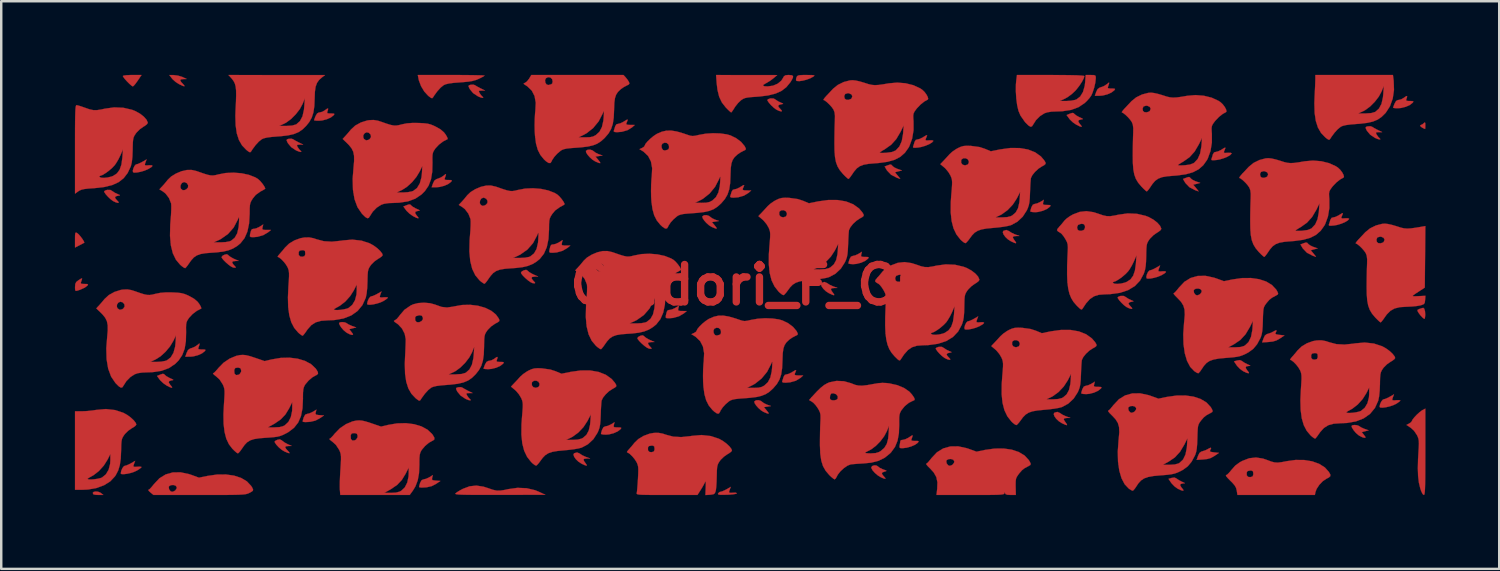
<source format=kicad_pcb>
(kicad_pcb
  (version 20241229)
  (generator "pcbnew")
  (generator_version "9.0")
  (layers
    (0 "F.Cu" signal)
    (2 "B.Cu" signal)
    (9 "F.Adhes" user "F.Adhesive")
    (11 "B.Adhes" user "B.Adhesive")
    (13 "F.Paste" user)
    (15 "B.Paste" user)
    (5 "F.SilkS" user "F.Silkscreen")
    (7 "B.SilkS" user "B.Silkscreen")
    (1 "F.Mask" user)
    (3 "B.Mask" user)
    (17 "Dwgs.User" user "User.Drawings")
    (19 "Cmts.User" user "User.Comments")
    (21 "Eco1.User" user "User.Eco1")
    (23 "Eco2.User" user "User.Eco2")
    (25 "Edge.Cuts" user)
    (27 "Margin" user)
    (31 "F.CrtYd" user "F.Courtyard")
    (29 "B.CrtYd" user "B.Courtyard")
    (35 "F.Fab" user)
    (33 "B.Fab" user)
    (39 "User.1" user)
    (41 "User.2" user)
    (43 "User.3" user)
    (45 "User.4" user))
  (footprint "Chidori_F_Cu"
    (layer "F.Cu")
    (at 27.479 8.556)
    (property "Reference" "Chidori_F_Cu" (at 0 0 0) (layer "F.Cu") (effects (font (size 1.524 1.524) (thickness 0.3))))
    (attr through_hole)
    (fp_poly (pts (xy -26.542 8.417) (xy -26.448 8.453) (xy -26.422 8.471) (xy -26.32 8.551) (xy -26.509 8.551) (xy -26.63 8.546) (xy -26.712 8.531) (xy -26.726 8.523) (xy -26.752 8.467) (xy -26.716 8.428) (xy -26.639 8.41) (xy -26.542 8.417)) (stroke (width 0.01) (type solid)) (fill yes) (layer "F.Cu"))
    (fp_poly (pts (xy -24.922 -8.319) (xy -25.008 -8.2) (xy -25.079 -8.116) (xy -25.12 -8.086) (xy -25.168 -8.114) (xy -25.254 -8.188) (xy -25.344 -8.277) (xy -25.44 -8.383) (xy -25.506 -8.469) (xy -25.527 -8.51) (xy -25.487 -8.529) (xy -25.378 -8.543) (xy -25.216 -8.551) (xy -25.146 -8.551) (xy -24.766 -8.551) (xy -24.922 -8.319)) (stroke (width 0.01) (type solid)) (fill yes) (layer "F.Cu"))
    (fp_poly (pts (xy 27.513 -6.599) (xy 27.517 -6.506) (xy 27.517 -6.501) (xy 27.514 -6.403) (xy 27.508 -6.354) (xy 27.506 -6.353) (xy 27.465 -6.371) (xy 27.4 -6.402) (xy 27.327 -6.452) (xy 27.305 -6.498) (xy 27.342 -6.519) (xy 27.344 -6.519) (xy 27.403 -6.546) (xy 27.45 -6.586) (xy 27.494 -6.621) (xy 27.513 -6.599)) (stroke (width 0.01) (type solid)) (fill yes) (layer "F.Cu"))
    (fp_poly (pts (xy -27.416 -2.13) (xy -27.389 -2.116) (xy -27.328 -2.066) (xy -27.252 -1.979) (xy -27.177 -1.879) (xy -27.119 -1.788) (xy -27.095 -1.73) (xy -27.098 -1.721) (xy -27.142 -1.696) (xy -27.236 -1.646) (xy -27.294 -1.617) (xy -27.474 -1.525) (xy -27.474 -1.844) (xy -27.473 -2.004) (xy -27.466 -2.096) (xy -27.449 -2.132) (xy -27.416 -2.13)) (stroke (width 0.01) (type solid)) (fill yes) (layer "F.Cu"))
    (fp_poly (pts (xy 27.475 0.969) (xy 27.503 1.067) (xy 27.513 1.199) (xy 27.509 1.269) (xy 27.497 1.361) (xy 27.472 1.38) (xy 27.415 1.337) (xy 27.405 1.328) (xy 27.314 1.231) (xy 27.241 1.133) (xy 27.196 1.052) (xy 27.204 1.01) (xy 27.275 0.977) (xy 27.282 0.974) (xy 27.378 0.943) (xy 27.434 0.931) (xy 27.475 0.969)) (stroke (width 0.01) (type solid)) (fill yes) (layer "F.Cu"))
    (fp_poly (pts (xy 2.491 -8.55) (xy 2.593 -8.546) (xy 2.635 -8.534) (xy 2.628 -8.513) (xy 2.587 -8.482) (xy 2.466 -8.416) (xy 2.317 -8.361) (xy 2.161 -8.321) (xy 2.023 -8.302) (xy 1.924 -8.308) (xy 1.891 -8.329) (xy 1.89 -8.389) (xy 1.909 -8.456) (xy 1.932 -8.502) (xy 1.972 -8.53) (xy 2.047 -8.545) (xy 2.175 -8.551) (xy 2.315 -8.551) (xy 2.491 -8.55)) (stroke (width 0.01) (type solid)) (fill yes) (layer "F.Cu"))
    (fp_poly (pts (xy -23.448 -8.548) (xy -23.283 -8.527) (xy -23.118 -8.478) (xy -23.093 -8.467) (xy -22.924 -8.388) (xy -23.061 -8.385) (xy -23.162 -8.373) (xy -23.191 -8.335) (xy -23.149 -8.264) (xy -23.087 -8.197) (xy -23.02 -8.121) (xy -23.019 -8.091) (xy -23.085 -8.108) (xy -23.221 -8.172) (xy -23.24 -8.181) (xy -23.377 -8.269) (xy -23.498 -8.377) (xy -23.529 -8.414) (xy -23.633 -8.551) (xy -23.448 -8.548)) (stroke (width 0.01) (type solid)) (fill yes) (layer "F.Cu"))
    (fp_poly (pts (xy 18.794 6.644) (xy 18.761 6.72) (xy 18.754 6.731) (xy 18.743 6.771) (xy 18.786 6.796) (xy 18.896 6.814) (xy 18.914 6.816) (xy 19.113 6.837) (xy 18.929 6.962) (xy 18.786 7.043) (xy 18.636 7.087) (xy 18.474 7.105) (xy 18.204 7.122) (xy 18.261 6.959) (xy 18.316 6.842) (xy 18.393 6.785) (xy 18.441 6.771) (xy 18.57 6.728) (xy 18.68 6.67) (xy 18.766 6.627) (xy 18.794 6.644)) (stroke (width 0.01) (type solid)) (fill yes) (layer "F.Cu"))
    (fp_poly (pts (xy 21.461 1.86) (xy 21.428 1.936) (xy 21.421 1.947) (xy 21.41 1.987) (xy 21.453 2.012) (xy 21.563 2.03) (xy 21.581 2.032) (xy 21.78 2.053) (xy 21.596 2.178) (xy 21.453 2.259) (xy 21.303 2.303) (xy 21.141 2.321) (xy 20.871 2.338) (xy 20.928 2.175) (xy 20.983 2.059) (xy 21.06 2.001) (xy 21.108 1.987) (xy 21.237 1.944) (xy 21.347 1.886) (xy 21.433 1.843) (xy 21.461 1.86)) (stroke (width 0.01) (type solid)) (fill yes) (layer "F.Cu"))
    (fp_poly (pts (xy 0.463 4.723) (xy 0.491 4.746) (xy 0.578 4.811) (xy 0.698 4.87) (xy 0.714 4.876) (xy 0.868 4.929) (xy 0.58 4.974) (xy 0.696 5.112) (xy 0.764 5.199) (xy 0.775 5.239) (xy 0.723 5.233) (xy 0.604 5.185) (xy 0.565 5.168) (xy 0.46 5.102) (xy 0.353 5.007) (xy 0.261 4.902) (xy 0.201 4.807) (xy 0.19 4.742) (xy 0.192 4.739) (xy 0.262 4.696) (xy 0.366 4.69) (xy 0.463 4.723)) (stroke (width 0.01) (type solid)) (fill yes) (layer "F.Cu"))
    (fp_poly (pts (xy -19.836 -2.354) (xy -19.847 -2.286) (xy -19.823 -2.253) (xy -19.744 -2.243) (xy -19.679 -2.242) (xy -19.494 -2.241) (xy -19.616 -2.142) (xy -19.81 -2.028) (xy -20.047 -1.961) (xy -20.212 -1.947) (xy -20.314 -1.952) (xy -20.352 -1.979) (xy -20.347 -2.051) (xy -20.34 -2.085) (xy -20.309 -2.206) (xy -20.275 -2.266) (xy -20.222 -2.285) (xy -20.185 -2.286) (xy -20.093 -2.308) (xy -19.976 -2.361) (xy -19.953 -2.375) (xy -19.808 -2.465) (xy -19.836 -2.354)) (stroke (width 0.01) (type solid)) (fill yes) (layer "F.Cu"))
    (fp_poly (pts (xy -17.669 5.181) (xy -17.679 5.248) (xy -17.651 5.281) (xy -17.565 5.296) (xy -17.516 5.3) (xy -17.335 5.313) (xy -17.513 5.433) (xy -17.687 5.524) (xy -17.892 5.571) (xy -17.947 5.576) (xy -18.096 5.584) (xy -18.185 5.574) (xy -18.203 5.558) (xy -18.19 5.492) (xy -18.159 5.389) (xy -18.157 5.383) (xy -18.099 5.28) (xy -18.019 5.249) (xy -17.924 5.227) (xy -17.806 5.174) (xy -17.785 5.162) (xy -17.643 5.075) (xy -17.669 5.181)) (stroke (width 0.01) (type solid)) (fill yes) (layer "F.Cu"))
    (fp_poly (pts (xy -12.928 7.848) (xy -12.938 7.915) (xy -12.909 7.948) (xy -12.823 7.963) (xy -12.774 7.967) (xy -12.594 7.98) (xy -12.771 8.1) (xy -12.946 8.191) (xy -13.15 8.238) (xy -13.205 8.243) (xy -13.355 8.251) (xy -13.443 8.241) (xy -13.462 8.225) (xy -13.449 8.159) (xy -13.418 8.056) (xy -13.416 8.05) (xy -13.357 7.947) (xy -13.278 7.916) (xy -13.183 7.894) (xy -13.065 7.841) (xy -13.044 7.829) (xy -12.901 7.742) (xy -12.928 7.848)) (stroke (width 0.01) (type solid)) (fill yes) (layer "F.Cu"))
    (fp_poly (pts (xy -7.644 -1.719) (xy -7.655 -1.651) (xy -7.631 -1.618) (xy -7.552 -1.608) (xy -7.487 -1.607) (xy -7.303 -1.606) (xy -7.424 -1.507) (xy -7.618 -1.393) (xy -7.855 -1.326) (xy -8.02 -1.312) (xy -8.122 -1.317) (xy -8.16 -1.344) (xy -8.155 -1.416) (xy -8.148 -1.45) (xy -8.117 -1.571) (xy -8.083 -1.631) (xy -8.03 -1.65) (xy -7.993 -1.651) (xy -7.901 -1.673) (xy -7.784 -1.726) (xy -7.761 -1.74) (xy -7.616 -1.83) (xy -7.644 -1.719)) (stroke (width 0.01) (type solid)) (fill yes) (layer "F.Cu"))
    (fp_poly (pts (xy -6.914 6.867) (xy -6.901 6.879) (xy -6.817 6.934) (xy -6.695 6.991) (xy -6.665 7.003) (xy -6.498 7.064) (xy -6.636 7.067) (xy -6.736 7.079) (xy -6.767 7.117) (xy -6.73 7.194) (xy -6.686 7.254) (xy -6.634 7.33) (xy -6.637 7.36) (xy -6.7 7.344) (xy -6.831 7.285) (xy -6.846 7.277) (xy -6.97 7.197) (xy -7.075 7.097) (xy -7.147 6.995) (xy -7.175 6.907) (xy -7.15 6.854) (xy -7.029 6.819) (xy -6.914 6.867)) (stroke (width 0.01) (type solid)) (fill yes) (layer "F.Cu"))
    (fp_poly (pts (xy -6.395 -5.479) (xy -6.367 -5.457) (xy -6.28 -5.391) (xy -6.16 -5.332) (xy -6.144 -5.326) (xy -5.99 -5.273) (xy -6.134 -5.251) (xy -6.278 -5.228) (xy -6.162 -5.091) (xy -6.094 -5.003) (xy -6.083 -4.963) (xy -6.135 -4.969) (xy -6.254 -5.017) (xy -6.293 -5.035) (xy -6.398 -5.1) (xy -6.505 -5.196) (xy -6.597 -5.3) (xy -6.657 -5.395) (xy -6.668 -5.46) (xy -6.666 -5.463) (xy -6.596 -5.507) (xy -6.492 -5.512) (xy -6.395 -5.479)) (stroke (width 0.01) (type solid)) (fill yes) (layer "F.Cu"))
    (fp_poly (pts (xy -2.902 0.948) (xy -2.914 1.016) (xy -2.89 1.049) (xy -2.81 1.059) (xy -2.746 1.06) (xy -2.561 1.061) (xy -2.682 1.16) (xy -2.877 1.274) (xy -3.114 1.341) (xy -3.279 1.355) (xy -3.381 1.35) (xy -3.419 1.323) (xy -3.413 1.251) (xy -3.406 1.217) (xy -3.376 1.096) (xy -3.342 1.036) (xy -3.288 1.017) (xy -3.252 1.016) (xy -3.159 0.994) (xy -3.043 0.941) (xy -3.019 0.927) (xy -2.875 0.837) (xy -2.902 0.948)) (stroke (width 0.01) (type solid)) (fill yes) (layer "F.Cu"))
    (fp_poly (pts (xy -1.653 -2.812) (xy -1.626 -2.79) (xy -1.539 -2.724) (xy -1.418 -2.665) (xy -1.402 -2.659) (xy -1.249 -2.606) (xy -1.393 -2.584) (xy -1.537 -2.561) (xy -1.421 -2.424) (xy -1.353 -2.336) (xy -1.342 -2.296) (xy -1.393 -2.302) (xy -1.512 -2.35) (xy -1.552 -2.368) (xy -1.656 -2.433) (xy -1.764 -2.529) (xy -1.856 -2.633) (xy -1.916 -2.728) (xy -1.927 -2.793) (xy -1.925 -2.796) (xy -1.855 -2.84) (xy -1.751 -2.845) (xy -1.653 -2.812)) (stroke (width 0.01) (type solid)) (fill yes) (layer "F.Cu"))
    (fp_poly (pts (xy 3.161 -0.075) (xy 3.174 -0.064) (xy 3.259 -0.009) (xy 3.38 0.048) (xy 3.411 0.06) (xy 3.577 0.121) (xy 3.44 0.124) (xy 3.339 0.136) (xy 3.309 0.174) (xy 3.345 0.252) (xy 3.39 0.312) (xy 3.442 0.387) (xy 3.439 0.417) (xy 3.375 0.402) (xy 3.245 0.342) (xy 3.229 0.335) (xy 3.105 0.255) (xy 3.001 0.155) (xy 2.928 0.052) (xy 2.9 -0.036) (xy 2.925 -0.088) (xy 3.046 -0.124) (xy 3.161 -0.075)) (stroke (width 0.01) (type solid)) (fill yes) (layer "F.Cu"))
    (fp_poly (pts (xy 5.763 -4.902) (xy 5.805 -4.861) (xy 5.817 -4.846) (xy 5.886 -4.791) (xy 5.998 -4.736) (xy 6.033 -4.723) (xy 6.202 -4.665) (xy 6.059 -4.628) (xy 5.916 -4.591) (xy 6.031 -4.454) (xy 6.098 -4.372) (xy 6.131 -4.325) (xy 6.132 -4.321) (xy 6.086 -4.336) (xy 5.995 -4.368) (xy 5.99 -4.37) (xy 5.761 -4.489) (xy 5.596 -4.661) (xy 5.575 -4.695) (xy 5.498 -4.826) (xy 5.609 -4.868) (xy 5.709 -4.903) (xy 5.763 -4.902)) (stroke (width 0.01) (type solid)) (fill yes) (layer "F.Cu"))
    (fp_poly (pts (xy 10.57 -2.192) (xy 10.583 -2.181) (xy 10.667 -2.126) (xy 10.788 -2.068) (xy 10.819 -2.057) (xy 10.986 -1.996) (xy 10.848 -1.993) (xy 10.747 -1.981) (xy 10.717 -1.942) (xy 10.753 -1.865) (xy 10.798 -1.805) (xy 10.85 -1.729) (xy 10.847 -1.7) (xy 10.783 -1.715) (xy 10.653 -1.774) (xy 10.637 -1.782) (xy 10.513 -1.862) (xy 10.409 -1.962) (xy 10.336 -2.065) (xy 10.309 -2.152) (xy 10.334 -2.205) (xy 10.454 -2.241) (xy 10.57 -2.192)) (stroke (width 0.01) (type solid)) (fill yes) (layer "F.Cu"))
    (fp_poly (pts (xy 12.644 5.216) (xy 12.657 5.228) (xy 12.741 5.283) (xy 12.863 5.34) (xy 12.893 5.352) (xy 13.06 5.413) (xy 12.922 5.416) (xy 12.822 5.428) (xy 12.791 5.466) (xy 12.828 5.543) (xy 12.872 5.603) (xy 12.924 5.679) (xy 12.921 5.709) (xy 12.858 5.693) (xy 12.727 5.634) (xy 12.712 5.626) (xy 12.588 5.546) (xy 12.483 5.446) (xy 12.411 5.344) (xy 12.383 5.256) (xy 12.408 5.203) (xy 12.529 5.168) (xy 12.644 5.216)) (stroke (width 0.01) (type solid)) (fill yes) (layer "F.Cu"))
    (fp_poly (pts (xy 17.913 -4.394) (xy 17.955 -4.353) (xy 17.966 -4.338) (xy 18.035 -4.283) (xy 18.148 -4.228) (xy 18.183 -4.215) (xy 18.351 -4.157) (xy 18.209 -4.12) (xy 18.066 -4.083) (xy 18.181 -3.946) (xy 18.248 -3.864) (xy 18.281 -3.817) (xy 18.281 -3.813) (xy 18.236 -3.828) (xy 18.145 -3.86) (xy 18.14 -3.862) (xy 17.911 -3.981) (xy 17.746 -4.153) (xy 17.725 -4.187) (xy 17.648 -4.318) (xy 17.759 -4.36) (xy 17.859 -4.395) (xy 17.913 -4.394)) (stroke (width 0.01) (type solid)) (fill yes) (layer "F.Cu"))
    (fp_poly (pts (xy 22.697 -1.727) (xy 22.738 -1.686) (xy 22.75 -1.671) (xy 22.819 -1.616) (xy 22.931 -1.561) (xy 22.966 -1.548) (xy 23.135 -1.49) (xy 22.992 -1.453) (xy 22.85 -1.416) (xy 22.964 -1.279) (xy 23.031 -1.197) (xy 23.065 -1.15) (xy 23.065 -1.146) (xy 23.019 -1.161) (xy 22.928 -1.193) (xy 22.924 -1.195) (xy 22.695 -1.314) (xy 22.53 -1.486) (xy 22.508 -1.52) (xy 22.432 -1.651) (xy 22.543 -1.693) (xy 22.643 -1.728) (xy 22.697 -1.727)) (stroke (width 0.01) (type solid)) (fill yes) (layer "F.Cu"))
    (fp_poly (pts (xy -27.193 -0.221) (xy -27.219 -0.151) (xy -27.24 -0.082) (xy -27.221 -0.051) (xy -27.142 -0.043) (xy -27.087 -0.042) (xy -26.981 -0.039) (xy -26.944 -0.022) (xy -26.962 0.016) (xy -26.972 0.028) (xy -27.077 0.108) (xy -27.255 0.189) (xy -27.379 0.231) (xy -27.438 0.242) (xy -27.466 0.213) (xy -27.473 0.127) (xy -27.473 0.077) (xy -27.462 -0.047) (xy -27.421 -0.125) (xy -27.329 -0.196) (xy -27.324 -0.199) (xy -27.226 -0.26) (xy -27.186 -0.269) (xy -27.193 -0.221)) (stroke (width 0.01) (type solid)) (fill yes) (layer "F.Cu"))
    (fp_poly (pts (xy -23.848 3.628) (xy -23.819 3.659) (xy -23.751 3.715) (xy -23.64 3.778) (xy -23.601 3.797) (xy -23.499 3.843) (xy -23.469 3.867) (xy -23.504 3.879) (xy -23.548 3.885) (xy -23.64 3.915) (xy -23.656 3.973) (xy -23.598 4.065) (xy -23.572 4.093) (xy -23.518 4.164) (xy -23.531 4.187) (xy -23.612 4.161) (xy -23.742 4.096) (xy -23.878 4.001) (xy -24 3.884) (xy -24.026 3.852) (xy -24.134 3.704) (xy -24 3.649) (xy -23.903 3.617) (xy -23.848 3.628)) (stroke (width 0.01) (type solid)) (fill yes) (layer "F.Cu"))
    (fp_poly (pts (xy -22.398 2.392) (xy -22.417 2.466) (xy -22.436 2.516) (xy -22.457 2.585) (xy -22.437 2.616) (xy -22.358 2.624) (xy -22.303 2.625) (xy -22.197 2.628) (xy -22.16 2.645) (xy -22.178 2.683) (xy -22.188 2.695) (xy -22.303 2.785) (xy -22.47 2.86) (xy -22.658 2.909) (xy -22.784 2.92) (xy -22.983 2.921) (xy -22.928 2.764) (xy -22.872 2.649) (xy -22.787 2.588) (xy -22.729 2.57) (xy -22.599 2.518) (xy -22.49 2.445) (xy -22.421 2.387) (xy -22.398 2.392)) (stroke (width 0.01) (type solid)) (fill yes) (layer "F.Cu"))
    (fp_poly (pts (xy -18.588 -5.932) (xy -18.509 -5.883) (xy -18.392 -5.82) (xy -18.352 -5.8) (xy -18.182 -5.717) (xy -18.321 -5.716) (xy -18.413 -5.71) (xy -18.437 -5.684) (xy -18.41 -5.62) (xy -18.343 -5.524) (xy -18.292 -5.473) (xy -18.255 -5.431) (xy -18.281 -5.418) (xy -18.353 -5.433) (xy -18.455 -5.474) (xy -18.478 -5.485) (xy -18.671 -5.614) (xy -18.802 -5.772) (xy -18.822 -5.809) (xy -18.858 -5.891) (xy -18.841 -5.93) (xy -18.769 -5.953) (xy -18.654 -5.957) (xy -18.588 -5.932)) (stroke (width 0.01) (type solid)) (fill yes) (layer "F.Cu"))
    (fp_poly (pts (xy -16.505 1.518) (xy -16.427 1.545) (xy -16.418 1.553) (xy -16.331 1.608) (xy -16.209 1.663) (xy -16.185 1.672) (xy -16.023 1.728) (xy -16.164 1.764) (xy -16.305 1.801) (xy -16.214 1.916) (xy -16.157 1.994) (xy -16.153 2.026) (xy -16.198 2.032) (xy -16.201 2.032) (xy -16.282 2.009) (xy -16.394 1.952) (xy -16.436 1.925) (xy -16.542 1.835) (xy -16.638 1.722) (xy -16.704 1.614) (xy -16.722 1.552) (xy -16.686 1.522) (xy -16.602 1.51) (xy -16.505 1.518)) (stroke (width 0.01) (type solid)) (fill yes) (layer "F.Cu"))
    (fp_poly (pts (xy -13.815 -3.273) (xy -13.786 -3.242) (xy -13.718 -3.185) (xy -13.607 -3.122) (xy -13.568 -3.104) (xy -13.466 -3.058) (xy -13.436 -3.034) (xy -13.471 -3.021) (xy -13.515 -3.015) (xy -13.607 -2.986) (xy -13.623 -2.928) (xy -13.565 -2.836) (xy -13.539 -2.807) (xy -13.485 -2.736) (xy -13.498 -2.714) (xy -13.579 -2.739) (xy -13.709 -2.805) (xy -13.845 -2.899) (xy -13.967 -3.016) (xy -13.993 -3.048) (xy -14.101 -3.196) (xy -13.967 -3.251) (xy -13.87 -3.283) (xy -13.815 -3.273)) (stroke (width 0.01) (type solid)) (fill yes) (layer "F.Cu"))
    (fp_poly (pts (xy -12.365 -4.508) (xy -12.384 -4.434) (xy -12.403 -4.384) (xy -12.424 -4.315) (xy -12.404 -4.284) (xy -12.325 -4.276) (xy -12.27 -4.276) (xy -12.164 -4.272) (xy -12.127 -4.256) (xy -12.145 -4.217) (xy -12.155 -4.205) (xy -12.27 -4.115) (xy -12.437 -4.04) (xy -12.625 -3.992) (xy -12.751 -3.98) (xy -12.95 -3.979) (xy -12.895 -4.136) (xy -12.839 -4.251) (xy -12.754 -4.312) (xy -12.696 -4.33) (xy -12.566 -4.383) (xy -12.457 -4.456) (xy -12.388 -4.513) (xy -12.365 -4.508)) (stroke (width 0.01) (type solid)) (fill yes) (layer "F.Cu"))
    (fp_poly (pts (xy -11.688 4.186) (xy -11.608 4.235) (xy -11.491 4.298) (xy -11.451 4.318) (xy -11.282 4.401) (xy -11.421 4.402) (xy -11.513 4.407) (xy -11.537 4.434) (xy -11.509 4.498) (xy -11.442 4.594) (xy -11.391 4.645) (xy -11.355 4.686) (xy -11.381 4.699) (xy -11.453 4.685) (xy -11.555 4.644) (xy -11.578 4.632) (xy -11.771 4.504) (xy -11.901 4.346) (xy -11.922 4.308) (xy -11.958 4.227) (xy -11.94 4.188) (xy -11.869 4.165) (xy -11.754 4.16) (xy -11.688 4.186)) (stroke (width 0.01) (type solid)) (fill yes) (layer "F.Cu"))
    (fp_poly (pts (xy -11.18 -8.133) (xy -11.1 -8.084) (xy -10.983 -8.021) (xy -10.943 -8.001) (xy -10.774 -7.918) (xy -10.913 -7.917) (xy -11.005 -7.912) (xy -11.029 -7.885) (xy -11.001 -7.821) (xy -10.934 -7.725) (xy -10.883 -7.674) (xy -10.847 -7.633) (xy -10.873 -7.62) (xy -10.945 -7.634) (xy -11.047 -7.675) (xy -11.07 -7.687) (xy -11.263 -7.815) (xy -11.393 -7.973) (xy -11.414 -8.011) (xy -11.45 -8.092) (xy -11.432 -8.131) (xy -11.361 -8.154) (xy -11.246 -8.159) (xy -11.18 -8.133)) (stroke (width 0.01) (type solid)) (fill yes) (layer "F.Cu"))
    (fp_poly (pts (xy -4.969 -6.712) (xy -5.009 -6.613) (xy -5.021 -6.583) (xy -5.02 -6.542) (xy -4.965 -6.523) (xy -4.862 -6.518) (xy -4.678 -6.517) (xy -4.794 -6.414) (xy -4.976 -6.304) (xy -5.208 -6.238) (xy -5.391 -6.223) (xy -5.496 -6.23) (xy -5.534 -6.255) (xy -5.529 -6.29) (xy -5.498 -6.385) (xy -5.477 -6.46) (xy -5.426 -6.544) (xy -5.356 -6.562) (xy -5.263 -6.585) (xy -5.144 -6.643) (xy -5.102 -6.67) (xy -5.003 -6.729) (xy -4.965 -6.733) (xy -4.969 -6.712)) (stroke (width 0.01) (type solid)) (fill yes) (layer "F.Cu"))
    (fp_poly (pts (xy -0.807 8.325) (xy -0.838 8.418) (xy -0.827 8.46) (xy -0.758 8.466) (xy -0.677 8.459) (xy -0.566 8.458) (xy -0.521 8.479) (xy -0.522 8.487) (xy -0.568 8.507) (xy -0.68 8.526) (xy -0.839 8.539) (xy -0.923 8.542) (xy -1.107 8.546) (xy -1.219 8.543) (xy -1.276 8.53) (xy -1.29 8.506) (xy -1.286 8.489) (xy -1.227 8.432) (xy -1.191 8.424) (xy -1.115 8.403) (xy -1.001 8.352) (xy -0.944 8.322) (xy -0.767 8.22) (xy -0.807 8.325)) (stroke (width 0.01) (type solid)) (fill yes) (layer "F.Cu"))
    (fp_poly (pts (xy -0.227 -4.045) (xy -0.268 -3.946) (xy -0.28 -3.916) (xy -0.279 -3.875) (xy -0.224 -3.856) (xy -0.121 -3.851) (xy 0.064 -3.85) (xy -0.053 -3.747) (xy -0.235 -3.637) (xy -0.467 -3.571) (xy -0.65 -3.556) (xy -0.755 -3.563) (xy -0.793 -3.588) (xy -0.788 -3.623) (xy -0.757 -3.718) (xy -0.736 -3.793) (xy -0.685 -3.877) (xy -0.615 -3.895) (xy -0.522 -3.918) (xy -0.403 -3.976) (xy -0.36 -4.003) (xy -0.262 -4.062) (xy -0.224 -4.066) (xy -0.227 -4.045)) (stroke (width 0.01) (type solid)) (fill yes) (layer "F.Cu"))
    (fp_poly (pts (xy 1.889 3.49) (xy 1.849 3.59) (xy 1.837 3.619) (xy 1.838 3.66) (xy 1.893 3.679) (xy 1.996 3.684) (xy 2.18 3.686) (xy 2.064 3.788) (xy 1.882 3.899) (xy 1.65 3.964) (xy 1.467 3.979) (xy 1.362 3.973) (xy 1.324 3.948) (xy 1.329 3.912) (xy 1.36 3.817) (xy 1.381 3.743) (xy 1.432 3.659) (xy 1.502 3.641) (xy 1.595 3.617) (xy 1.714 3.559) (xy 1.756 3.532) (xy 1.855 3.473) (xy 1.893 3.469) (xy 1.889 3.49)) (stroke (width 0.01) (type solid)) (fill yes) (layer "F.Cu"))
    (fp_poly (pts (xy 13.194 -6.998) (xy 13.223 -6.967) (xy 13.291 -6.911) (xy 13.402 -6.847) (xy 13.441 -6.829) (xy 13.542 -6.783) (xy 13.573 -6.759) (xy 13.538 -6.746) (xy 13.494 -6.74) (xy 13.402 -6.711) (xy 13.385 -6.653) (xy 13.444 -6.561) (xy 13.469 -6.533) (xy 13.524 -6.462) (xy 13.51 -6.439) (xy 13.43 -6.465) (xy 13.3 -6.53) (xy 13.163 -6.624) (xy 13.041 -6.741) (xy 13.016 -6.773) (xy 12.908 -6.921) (xy 13.041 -6.976) (xy 13.138 -7.008) (xy 13.194 -6.998)) (stroke (width 0.01) (type solid)) (fill yes) (layer "F.Cu"))
    (fp_poly (pts (xy 14.644 -8.233) (xy 14.624 -8.159) (xy 14.606 -8.11) (xy 14.585 -8.041) (xy 14.605 -8.01) (xy 14.683 -8.001) (xy 14.738 -8.001) (xy 14.845 -7.998) (xy 14.881 -7.981) (xy 14.863 -7.943) (xy 14.854 -7.931) (xy 14.739 -7.841) (xy 14.572 -7.765) (xy 14.384 -7.717) (xy 14.258 -7.706) (xy 14.059 -7.705) (xy 14.113 -7.862) (xy 14.17 -7.977) (xy 14.254 -8.037) (xy 14.312 -8.056) (xy 14.443 -8.108) (xy 14.552 -8.181) (xy 14.621 -8.239) (xy 14.644 -8.233)) (stroke (width 0.01) (type solid)) (fill yes) (layer "F.Cu"))
    (fp_poly (pts (xy 24.728 5.709) (xy 24.805 5.736) (xy 24.815 5.744) (xy 24.902 5.799) (xy 25.024 5.854) (xy 25.048 5.863) (xy 25.209 5.919) (xy 25.069 5.955) (xy 24.928 5.992) (xy 25.019 6.107) (xy 25.076 6.185) (xy 25.08 6.217) (xy 25.034 6.223) (xy 25.032 6.223) (xy 24.95 6.2) (xy 24.838 6.143) (xy 24.796 6.116) (xy 24.691 6.026) (xy 24.595 5.913) (xy 24.529 5.805) (xy 24.511 5.743) (xy 24.547 5.713) (xy 24.63 5.701) (xy 24.728 5.709)) (stroke (width 0.01) (type solid)) (fill yes) (layer "F.Cu"))
    (fp_poly (pts (xy 25.354 -6.44) (xy 25.433 -6.391) (xy 25.55 -6.328) (xy 25.59 -6.308) (xy 25.76 -6.225) (xy 25.621 -6.224) (xy 25.529 -6.218) (xy 25.505 -6.192) (xy 25.532 -6.128) (xy 25.599 -6.032) (xy 25.65 -5.981) (xy 25.687 -5.939) (xy 25.661 -5.926) (xy 25.589 -5.941) (xy 25.487 -5.982) (xy 25.464 -5.993) (xy 25.271 -6.122) (xy 25.14 -6.28) (xy 25.12 -6.317) (xy 25.084 -6.399) (xy 25.101 -6.438) (xy 25.173 -6.461) (xy 25.288 -6.465) (xy 25.354 -6.44)) (stroke (width 0.01) (type solid)) (fill yes) (layer "F.Cu"))
    (fp_poly (pts (xy -24.598 -5.01) (xy -24.63 -4.917) (xy -24.619 -4.875) (xy -24.549 -4.869) (xy -24.468 -4.876) (xy -24.353 -4.877) (xy -24.318 -4.851) (xy -24.362 -4.801) (xy -24.485 -4.726) (xy -24.514 -4.711) (xy -24.65 -4.654) (xy -24.803 -4.61) (xy -24.947 -4.582) (xy -25.059 -4.576) (xy -25.11 -4.591) (xy -25.121 -4.654) (xy -25.097 -4.75) (xy -25.052 -4.846) (xy -24.999 -4.905) (xy -24.98 -4.911) (xy -24.905 -4.932) (xy -24.792 -4.983) (xy -24.736 -5.013) (xy -24.558 -5.115) (xy -24.598 -5.01)) (stroke (width 0.01) (type solid)) (fill yes) (layer "F.Cu"))
    (fp_poly (pts (xy -21.238 -1.224) (xy -21.228 -1.21) (xy -21.162 -1.155) (xy -21.05 -1.09) (xy -20.993 -1.062) (xy -20.807 -0.98) (xy -20.944 -0.977) (xy -21.049 -0.961) (xy -21.076 -0.915) (xy -21.027 -0.836) (xy -20.994 -0.801) (xy -20.93 -0.73) (xy -20.935 -0.703) (xy -21.014 -0.708) (xy -21.032 -0.711) (xy -21.111 -0.747) (xy -21.218 -0.823) (xy -21.332 -0.921) (xy -21.431 -1.021) (xy -21.494 -1.103) (xy -21.505 -1.137) (xy -21.47 -1.187) (xy -21.39 -1.231) (xy -21.296 -1.253) (xy -21.238 -1.224)) (stroke (width 0.01) (type solid)) (fill yes) (layer "F.Cu"))
    (fp_poly (pts (xy -19.052 6.328) (xy -19.033 6.345) (xy -18.932 6.419) (xy -18.806 6.487) (xy -18.796 6.491) (xy -18.648 6.555) (xy -18.785 6.558) (xy -18.887 6.571) (xy -18.916 6.608) (xy -18.874 6.68) (xy -18.811 6.746) (xy -18.745 6.821) (xy -18.741 6.851) (xy -18.803 6.838) (xy -18.934 6.784) (xy -18.949 6.777) (xy -19.058 6.71) (xy -19.174 6.613) (xy -19.273 6.507) (xy -19.335 6.415) (xy -19.346 6.377) (xy -19.311 6.343) (xy -19.234 6.305) (xy -19.135 6.286) (xy -19.052 6.328)) (stroke (width 0.01) (type solid)) (fill yes) (layer "F.Cu"))
    (fp_poly (pts (xy -9.046 -0.589) (xy -9.036 -0.575) (xy -8.97 -0.52) (xy -8.858 -0.455) (xy -8.801 -0.427) (xy -8.615 -0.345) (xy -8.752 -0.342) (xy -8.857 -0.326) (xy -8.884 -0.28) (xy -8.835 -0.201) (xy -8.802 -0.166) (xy -8.738 -0.095) (xy -8.743 -0.068) (xy -8.822 -0.073) (xy -8.84 -0.076) (xy -8.919 -0.112) (xy -9.026 -0.188) (xy -9.14 -0.286) (xy -9.239 -0.386) (xy -9.302 -0.468) (xy -9.313 -0.502) (xy -9.278 -0.552) (xy -9.198 -0.596) (xy -9.104 -0.618) (xy -9.046 -0.589)) (stroke (width 0.01) (type solid)) (fill yes) (layer "F.Cu"))
    (fp_poly (pts (xy -4.305 2.078) (xy -4.294 2.092) (xy -4.228 2.147) (xy -4.117 2.212) (xy -4.06 2.24) (xy -3.873 2.322) (xy -4.011 2.325) (xy -4.116 2.341) (xy -4.142 2.387) (xy -4.093 2.466) (xy -4.06 2.501) (xy -3.997 2.572) (xy -4.002 2.599) (xy -4.081 2.594) (xy -4.098 2.591) (xy -4.178 2.555) (xy -4.285 2.479) (xy -4.398 2.381) (xy -4.497 2.281) (xy -4.56 2.199) (xy -4.572 2.165) (xy -4.537 2.115) (xy -4.457 2.071) (xy -4.363 2.049) (xy -4.305 2.078)) (stroke (width 0.01) (type solid)) (fill yes) (layer "F.Cu"))
    (fp_poly (pts (xy 5.16 7.349) (xy 5.223 7.387) (xy 5.292 7.443) (xy 5.406 7.499) (xy 5.44 7.512) (xy 5.544 7.549) (xy 5.574 7.571) (xy 5.538 7.588) (xy 5.493 7.6) (xy 5.401 7.636) (xy 5.385 7.689) (xy 5.444 7.771) (xy 5.465 7.793) (xy 5.528 7.866) (xy 5.525 7.894) (xy 5.452 7.877) (xy 5.352 7.835) (xy 5.225 7.759) (xy 5.103 7.656) (xy 5.006 7.547) (xy 4.956 7.452) (xy 4.953 7.431) (xy 4.988 7.375) (xy 5.069 7.345) (xy 5.16 7.349)) (stroke (width 0.01) (type solid)) (fill yes) (layer "F.Cu"))
    (fp_poly (pts (xy 9.268 1.382) (xy 9.237 1.476) (xy 9.248 1.517) (xy 9.317 1.524) (xy 9.398 1.517) (xy 9.513 1.516) (xy 9.549 1.541) (xy 9.505 1.592) (xy 9.382 1.666) (xy 9.352 1.682) (xy 9.217 1.738) (xy 9.064 1.783) (xy 8.919 1.81) (xy 8.807 1.816) (xy 8.757 1.801) (xy 8.746 1.738) (xy 8.77 1.642) (xy 8.815 1.547) (xy 8.867 1.487) (xy 8.887 1.481) (xy 8.961 1.461) (xy 9.074 1.41) (xy 9.131 1.379) (xy 9.308 1.278) (xy 9.268 1.382)) (stroke (width 0.01) (type solid)) (fill yes) (layer "F.Cu"))
    (fp_poly (pts (xy 16.677 -0.692) (xy 16.645 -0.599) (xy 16.656 -0.557) (xy 16.726 -0.551) (xy 16.807 -0.558) (xy 16.922 -0.559) (xy 16.957 -0.533) (xy 16.913 -0.483) (xy 16.79 -0.408) (xy 16.761 -0.393) (xy 16.625 -0.336) (xy 16.472 -0.292) (xy 16.328 -0.264) (xy 16.216 -0.258) (xy 16.165 -0.273) (xy 16.154 -0.336) (xy 16.178 -0.432) (xy 16.223 -0.528) (xy 16.276 -0.587) (xy 16.295 -0.593) (xy 16.37 -0.614) (xy 16.483 -0.665) (xy 16.539 -0.695) (xy 16.717 -0.797) (xy 16.677 -0.692)) (stroke (width 0.01) (type solid)) (fill yes) (layer "F.Cu"))
    (fp_poly (pts (xy 17.384 7.881) (xy 17.389 7.885) (xy 17.478 7.946) (xy 17.597 8.009) (xy 17.611 8.015) (xy 17.703 8.056) (xy 17.723 8.075) (xy 17.674 8.081) (xy 17.642 8.082) (xy 17.55 8.104) (xy 17.534 8.162) (xy 17.593 8.257) (xy 17.618 8.284) (xy 17.669 8.354) (xy 17.652 8.38) (xy 17.573 8.361) (xy 17.437 8.298) (xy 17.432 8.295) (xy 17.305 8.204) (xy 17.188 8.083) (xy 17.166 8.054) (xy 17.058 7.895) (xy 17.187 7.857) (xy 17.301 7.841) (xy 17.384 7.881)) (stroke (width 0.01) (type solid)) (fill yes) (layer "F.Cu"))
    (fp_poly (pts (xy 20.051 3.097) (xy 20.056 3.101) (xy 20.145 3.163) (xy 20.264 3.225) (xy 20.278 3.231) (xy 20.37 3.273) (xy 20.39 3.291) (xy 20.341 3.298) (xy 20.309 3.299) (xy 20.217 3.32) (xy 20.201 3.378) (xy 20.26 3.473) (xy 20.285 3.5) (xy 20.336 3.57) (xy 20.319 3.596) (xy 20.24 3.577) (xy 20.104 3.514) (xy 20.099 3.511) (xy 19.972 3.42) (xy 19.855 3.299) (xy 19.833 3.27) (xy 19.725 3.111) (xy 19.854 3.074) (xy 19.968 3.058) (xy 20.051 3.097)) (stroke (width 0.01) (type solid)) (fill yes) (layer "F.Cu"))
    (fp_poly (pts (xy -26.035 -3.871) (xy -25.953 -3.823) (xy -25.847 -3.753) (xy -25.727 -3.697) (xy -25.649 -3.663) (xy -25.651 -3.646) (xy -25.675 -3.643) (xy -25.777 -3.622) (xy -25.819 -3.602) (xy -25.847 -3.565) (xy -25.819 -3.51) (xy -25.768 -3.454) (xy -25.702 -3.382) (xy -25.698 -3.35) (xy -25.73 -3.344) (xy -25.814 -3.366) (xy -25.921 -3.417) (xy -25.931 -3.423) (xy -26.03 -3.497) (xy -26.134 -3.596) (xy -26.225 -3.699) (xy -26.281 -3.782) (xy -26.289 -3.81) (xy -26.253 -3.843) (xy -26.166 -3.873) (xy -26.035 -3.871)) (stroke (width 0.01) (type solid)) (fill yes) (layer "F.Cu"))
    (fp_poly (pts (xy -25.064 7.267) (xy -25.095 7.36) (xy -25.084 7.402) (xy -25.015 7.408) (xy -24.934 7.401) (xy -24.829 7.398) (xy -24.77 7.409) (xy -24.765 7.416) (xy -24.798 7.453) (xy -24.884 7.515) (xy -24.954 7.558) (xy -25.072 7.612) (xy -25.216 7.658) (xy -25.363 7.69) (xy -25.492 7.705) (xy -25.582 7.7) (xy -25.612 7.675) (xy -25.592 7.569) (xy -25.546 7.462) (xy -25.488 7.385) (xy -25.449 7.365) (xy -25.372 7.345) (xy -25.258 7.294) (xy -25.201 7.264) (xy -25.024 7.162) (xy -25.064 7.267)) (stroke (width 0.01) (type solid)) (fill yes) (layer "F.Cu"))
    (fp_poly (pts (xy -15.031 0.366) (xy -15.062 0.46) (xy -15.051 0.501) (xy -14.982 0.508) (xy -14.901 0.501) (xy -14.796 0.498) (xy -14.737 0.509) (xy -14.732 0.516) (xy -14.765 0.553) (xy -14.851 0.614) (xy -14.921 0.657) (xy -15.039 0.712) (xy -15.183 0.757) (xy -15.33 0.79) (xy -15.459 0.805) (xy -15.549 0.8) (xy -15.579 0.774) (xy -15.559 0.668) (xy -15.513 0.562) (xy -15.455 0.485) (xy -15.416 0.465) (xy -15.339 0.445) (xy -15.225 0.394) (xy -15.168 0.363) (xy -14.991 0.262) (xy -15.031 0.366)) (stroke (width 0.01) (type solid)) (fill yes) (layer "F.Cu"))
    (fp_poly (pts (xy -5.528 5.694) (xy -5.539 5.76) (xy -5.512 5.791) (xy -5.428 5.799) (xy -5.376 5.8) (xy -5.267 5.803) (xy -5.228 5.819) (xy -5.243 5.855) (xy -5.255 5.87) (xy -5.37 5.96) (xy -5.537 6.036) (xy -5.726 6.084) (xy -5.853 6.095) (xy -5.97 6.089) (xy -6.042 6.072) (xy -6.054 6.06) (xy -6.041 5.998) (xy -6.01 5.898) (xy -6.007 5.891) (xy -5.949 5.788) (xy -5.87 5.757) (xy -5.773 5.735) (xy -5.657 5.682) (xy -5.64 5.673) (xy -5.502 5.588) (xy -5.528 5.694)) (stroke (width 0.01) (type solid)) (fill yes) (layer "F.Cu"))
    (fp_poly (pts (xy 0.974 -7.597) (xy 1.056 -7.549) (xy 1.161 -7.479) (xy 1.282 -7.422) (xy 1.36 -7.388) (xy 1.358 -7.371) (xy 1.333 -7.369) (xy 1.232 -7.347) (xy 1.19 -7.327) (xy 1.162 -7.291) (xy 1.189 -7.235) (xy 1.241 -7.18) (xy 1.306 -7.107) (xy 1.311 -7.075) (xy 1.279 -7.07) (xy 1.195 -7.091) (xy 1.087 -7.143) (xy 1.078 -7.149) (xy 0.979 -7.223) (xy 0.874 -7.322) (xy 0.784 -7.424) (xy 0.728 -7.507) (xy 0.72 -7.535) (xy 0.756 -7.568) (xy 0.843 -7.598) (xy 0.974 -7.597)) (stroke (width 0.01) (type solid)) (fill yes) (layer "F.Cu"))
    (fp_poly (pts (xy 4.547 -1.249) (xy 4.537 -1.182) (xy 4.564 -1.152) (xy 4.647 -1.143) (xy 4.7 -1.143) (xy 4.809 -1.14) (xy 4.848 -1.124) (xy 4.832 -1.087) (xy 4.821 -1.073) (xy 4.706 -0.982) (xy 4.538 -0.907) (xy 4.349 -0.859) (xy 4.223 -0.848) (xy 4.106 -0.854) (xy 4.033 -0.871) (xy 4.022 -0.883) (xy 4.035 -0.944) (xy 4.066 -1.045) (xy 4.068 -1.052) (xy 4.126 -1.155) (xy 4.206 -1.185) (xy 4.302 -1.207) (xy 4.419 -1.26) (xy 4.435 -1.27) (xy 4.574 -1.354) (xy 4.547 -1.249)) (stroke (width 0.01) (type solid)) (fill yes) (layer "F.Cu"))
    (fp_poly (pts (xy 7.832 2.521) (xy 7.914 2.569) (xy 8.019 2.639) (xy 8.14 2.696) (xy 8.218 2.729) (xy 8.216 2.746) (xy 8.191 2.749) (xy 8.09 2.771) (xy 8.048 2.79) (xy 8.02 2.827) (xy 8.047 2.882) (xy 8.099 2.938) (xy 8.164 3.01) (xy 8.169 3.042) (xy 8.137 3.048) (xy 8.053 3.027) (xy 7.945 2.975) (xy 7.936 2.969) (xy 7.837 2.895) (xy 7.732 2.796) (xy 7.642 2.694) (xy 7.586 2.611) (xy 7.578 2.582) (xy 7.614 2.549) (xy 7.701 2.52) (xy 7.832 2.521)) (stroke (width 0.01) (type solid)) (fill yes) (layer "F.Cu"))
    (fp_poly (pts (xy 11.955 -3.365) (xy 11.945 -3.299) (xy 11.972 -3.269) (xy 12.056 -3.26) (xy 12.108 -3.26) (xy 12.217 -3.256) (xy 12.256 -3.241) (xy 12.24 -3.204) (xy 12.229 -3.189) (xy 12.114 -3.099) (xy 11.946 -3.024) (xy 11.757 -2.975) (xy 11.631 -2.964) (xy 11.514 -2.971) (xy 11.441 -2.987) (xy 11.43 -2.999) (xy 11.443 -3.061) (xy 11.474 -3.162) (xy 11.476 -3.169) (xy 11.535 -3.272) (xy 11.614 -3.302) (xy 11.71 -3.324) (xy 11.827 -3.377) (xy 11.844 -3.387) (xy 11.982 -3.471) (xy 11.955 -3.365)) (stroke (width 0.01) (type solid)) (fill yes) (layer "F.Cu"))
    (fp_poly (pts (xy 14.03 4.043) (xy 14.019 4.109) (xy 14.046 4.14) (xy 14.13 4.148) (xy 14.182 4.149) (xy 14.291 4.152) (xy 14.33 4.168) (xy 14.315 4.204) (xy 14.303 4.219) (xy 14.188 4.309) (xy 14.021 4.385) (xy 13.832 4.433) (xy 13.705 4.444) (xy 13.588 4.438) (xy 13.516 4.421) (xy 13.504 4.409) (xy 13.517 4.347) (xy 13.548 4.247) (xy 13.551 4.24) (xy 13.609 4.137) (xy 13.688 4.106) (xy 13.785 4.084) (xy 13.901 4.031) (xy 13.918 4.022) (xy 14.056 3.937) (xy 14.03 4.043)) (stroke (width 0.01) (type solid)) (fill yes) (layer "F.Cu"))
    (fp_poly (pts (xy 15.24 0.447) (xy 15.322 0.495) (xy 15.428 0.565) (xy 15.548 0.621) (xy 15.626 0.655) (xy 15.624 0.672) (xy 15.6 0.675) (xy 15.498 0.696) (xy 15.456 0.716) (xy 15.428 0.753) (xy 15.456 0.808) (xy 15.507 0.864) (xy 15.573 0.936) (xy 15.577 0.968) (xy 15.545 0.974) (xy 15.461 0.952) (xy 15.354 0.901) (xy 15.344 0.895) (xy 15.245 0.821) (xy 15.141 0.722) (xy 15.05 0.619) (xy 14.994 0.536) (xy 14.986 0.508) (xy 15.022 0.475) (xy 15.109 0.445) (xy 15.24 0.447)) (stroke (width 0.01) (type solid)) (fill yes) (layer "F.Cu"))
    (fp_poly (pts (xy 26.202 4.557) (xy 26.17 4.651) (xy 26.181 4.692) (xy 26.251 4.699) (xy 26.331 4.692) (xy 26.437 4.689) (xy 26.496 4.7) (xy 26.501 4.707) (xy 26.467 4.744) (xy 26.382 4.805) (xy 26.312 4.848) (xy 26.193 4.903) (xy 26.05 4.948) (xy 25.903 4.981) (xy 25.773 4.996) (xy 25.684 4.991) (xy 25.654 4.965) (xy 25.673 4.859) (xy 25.72 4.753) (xy 25.778 4.676) (xy 25.817 4.656) (xy 25.894 4.636) (xy 26.008 4.585) (xy 26.064 4.554) (xy 26.242 4.453) (xy 26.202 4.557)) (stroke (width 0.01) (type solid)) (fill yes) (layer "F.Cu"))
    (fp_poly (pts (xy -17.173 -7.132) (xy -17.187 -7.091) (xy -17.207 -7.024) (xy -17.186 -6.993) (xy -17.107 -6.985) (xy -17.054 -6.985) (xy -16.948 -6.982) (xy -16.911 -6.965) (xy -16.929 -6.927) (xy -16.939 -6.915) (xy -17.054 -6.824) (xy -17.221 -6.749) (xy -17.41 -6.701) (xy -17.537 -6.69) (xy -17.654 -6.693) (xy -17.726 -6.704) (xy -17.738 -6.711) (xy -17.723 -6.761) (xy -17.686 -6.857) (xy -17.676 -6.881) (xy -17.615 -6.986) (xy -17.54 -7.026) (xy -17.513 -7.027) (xy -17.406 -7.053) (xy -17.303 -7.112) (xy -17.208 -7.18) (xy -17.167 -7.187) (xy -17.173 -7.132)) (stroke (width 0.01) (type solid)) (fill yes) (layer "F.Cu"))
    (fp_poly (pts (xy -10.272 2.985) (xy -10.287 3.027) (xy -10.307 3.094) (xy -10.286 3.124) (xy -10.206 3.132) (xy -10.154 3.133) (xy -10.047 3.136) (xy -10.011 3.153) (xy -10.029 3.191) (xy -10.038 3.203) (xy -10.153 3.293) (xy -10.321 3.369) (xy -10.51 3.417) (xy -10.636 3.428) (xy -10.754 3.424) (xy -10.826 3.414) (xy -10.837 3.406) (xy -10.822 3.356) (xy -10.786 3.261) (xy -10.776 3.237) (xy -10.715 3.132) (xy -10.639 3.092) (xy -10.612 3.09) (xy -10.506 3.064) (xy -10.402 3.006) (xy -10.308 2.938) (xy -10.267 2.931) (xy -10.272 2.985)) (stroke (width 0.01) (type solid)) (fill yes) (layer "F.Cu"))
    (fp_poly (pts (xy 26.769 -7.64) (xy 26.755 -7.599) (xy 26.735 -7.532) (xy 26.756 -7.501) (xy 26.835 -7.493) (xy 26.888 -7.493) (xy 26.994 -7.49) (xy 27.031 -7.473) (xy 27.013 -7.435) (xy 27.003 -7.423) (xy 26.888 -7.332) (xy 26.721 -7.257) (xy 26.532 -7.209) (xy 26.405 -7.198) (xy 26.288 -7.201) (xy 26.216 -7.212) (xy 26.204 -7.219) (xy 26.219 -7.269) (xy 26.256 -7.365) (xy 26.266 -7.389) (xy 26.327 -7.494) (xy 26.402 -7.534) (xy 26.429 -7.535) (xy 26.536 -7.561) (xy 26.639 -7.62) (xy 26.734 -7.688) (xy 26.775 -7.695) (xy 26.769 -7.64)) (stroke (width 0.01) (type solid)) (fill yes) (layer "F.Cu"))
    (fp_poly (pts (xy -10.839 8.213) (xy -10.643 8.276) (xy -10.458 8.34) (xy -10.307 8.372) (xy -10.16 8.374) (xy -9.983 8.347) (xy -9.835 8.314) (xy -9.458 8.261) (xy -9.084 8.276) (xy -8.736 8.358) (xy -8.594 8.416) (xy -8.319 8.544) (xy -10.176 8.548) (xy -10.624 8.548) (xy -10.994 8.548) (xy -11.294 8.547) (xy -11.529 8.544) (xy -11.707 8.54) (xy -11.835 8.534) (xy -11.92 8.526) (xy -11.968 8.516) (xy -11.986 8.504) (xy -11.981 8.489) (xy -11.918 8.439) (xy -11.804 8.369) (xy -11.673 8.299) (xy -11.403 8.198) (xy -11.13 8.169) (xy -10.839 8.213)) (stroke (width 0.01) (type solid)) (fill yes) (layer "F.Cu"))
    (fp_poly (pts (xy 7.223 -6.077) (xy 7.183 -5.977) (xy 7.169 -5.943) (xy 7.164 -5.901) (xy 7.207 -5.885) (xy 7.315 -5.891) (xy 7.318 -5.891) (xy 7.432 -5.893) (xy 7.48 -5.873) (xy 7.48 -5.864) (xy 7.424 -5.802) (xy 7.309 -5.733) (xy 7.157 -5.67) (xy 6.994 -5.621) (xy 6.872 -5.599) (xy 6.738 -5.588) (xy 6.67 -5.592) (xy 6.652 -5.616) (xy 6.661 -5.649) (xy 6.694 -5.75) (xy 6.715 -5.825) (xy 6.766 -5.909) (xy 6.836 -5.927) (xy 6.929 -5.95) (xy 7.048 -6.008) (xy 7.09 -6.035) (xy 7.189 -6.094) (xy 7.227 -6.098) (xy 7.223 -6.077)) (stroke (width 0.01) (type solid)) (fill yes) (layer "F.Cu"))
    (fp_poly (pts (xy 19.373 -5.569) (xy 19.332 -5.469) (xy 19.319 -5.435) (xy 19.314 -5.393) (xy 19.356 -5.377) (xy 19.465 -5.383) (xy 19.467 -5.383) (xy 19.582 -5.385) (xy 19.629 -5.365) (xy 19.629 -5.356) (xy 19.574 -5.294) (xy 19.458 -5.225) (xy 19.307 -5.162) (xy 19.144 -5.113) (xy 19.022 -5.091) (xy 18.887 -5.08) (xy 18.82 -5.084) (xy 18.802 -5.108) (xy 18.81 -5.141) (xy 18.844 -5.242) (xy 18.864 -5.317) (xy 18.916 -5.401) (xy 18.985 -5.419) (xy 19.078 -5.442) (xy 19.198 -5.5) (xy 19.24 -5.527) (xy 19.338 -5.586) (xy 19.376 -5.59) (xy 19.373 -5.569)) (stroke (width 0.01) (type solid)) (fill yes) (layer "F.Cu"))
    (fp_poly (pts (xy 24.157 -2.902) (xy 24.116 -2.802) (xy 24.102 -2.768) (xy 24.097 -2.726) (xy 24.14 -2.71) (xy 24.249 -2.716) (xy 24.251 -2.716) (xy 24.365 -2.718) (xy 24.413 -2.698) (xy 24.413 -2.689) (xy 24.357 -2.627) (xy 24.242 -2.558) (xy 24.091 -2.495) (xy 23.928 -2.446) (xy 23.806 -2.424) (xy 23.671 -2.413) (xy 23.603 -2.417) (xy 23.585 -2.441) (xy 23.594 -2.474) (xy 23.627 -2.575) (xy 23.648 -2.65) (xy 23.699 -2.734) (xy 23.769 -2.752) (xy 23.862 -2.775) (xy 23.981 -2.833) (xy 24.024 -2.86) (xy 24.122 -2.919) (xy 24.16 -2.923) (xy 24.157 -2.902)) (stroke (width 0.01) (type solid)) (fill yes) (layer "F.Cu"))
    (fp_poly (pts (xy 6.633 6.163) (xy 6.605 6.241) (xy 6.584 6.31) (xy 6.604 6.341) (xy 6.682 6.35) (xy 6.739 6.35) (xy 6.847 6.352) (xy 6.884 6.367) (xy 6.863 6.405) (xy 6.839 6.432) (xy 6.734 6.508) (xy 6.577 6.576) (xy 6.4 6.626) (xy 6.235 6.646) (xy 6.231 6.646) (xy 6.134 6.641) (xy 6.101 6.609) (xy 6.109 6.528) (xy 6.112 6.514) (xy 6.13 6.41) (xy 6.138 6.345) (xy 6.138 6.345) (xy 6.174 6.316) (xy 6.238 6.308) (xy 6.335 6.284) (xy 6.456 6.226) (xy 6.492 6.203) (xy 6.593 6.137) (xy 6.636 6.122) (xy 6.633 6.163)) (stroke (width 0.01) (type solid)) (fill yes) (layer "F.Cu"))
    (fp_poly (pts (xy -11.825 -8.551) (xy -11.524 -8.549) (xy -11.262 -8.546) (xy -11.049 -8.541) (xy -10.895 -8.537) (xy -10.809 -8.531) (xy -10.795 -8.528) (xy -10.83 -8.499) (xy -10.922 -8.449) (xy -11.034 -8.395) (xy -11.16 -8.344) (xy -11.292 -8.307) (xy -11.453 -8.281) (xy -11.666 -8.261) (xy -11.799 -8.251) (xy -12.057 -8.231) (xy -12.245 -8.206) (xy -12.377 -8.175) (xy -12.459 -8.139) (xy -12.578 -8.044) (xy -12.714 -7.896) (xy -12.844 -7.72) (xy -12.89 -7.646) (xy -12.923 -7.609) (xy -12.967 -7.614) (xy -13.044 -7.668) (xy -13.093 -7.707) (xy -13.249 -7.877) (xy -13.381 -8.096) (xy -13.47 -8.33) (xy -13.484 -8.395) (xy -13.514 -8.551) (xy -12.154 -8.551) (xy -11.825 -8.551)) (stroke (width 0.01) (type solid)) (fill yes) (layer "F.Cu"))
    (fp_poly (pts (xy 27.517 6.793) (xy 27.516 7.231) (xy 27.515 7.591) (xy 27.513 7.881) (xy 27.509 8.108) (xy 27.504 8.279) (xy 27.497 8.402) (xy 27.488 8.483) (xy 27.477 8.53) (xy 27.463 8.549) (xy 27.455 8.551) (xy 27.406 8.511) (xy 27.349 8.396) (xy 27.312 8.287) (xy 27.256 8.056) (xy 27.223 7.788) (xy 27.212 7.47) (xy 27.221 7.089) (xy 27.235 6.848) (xy 27.249 6.623) (xy 27.255 6.463) (xy 27.251 6.349) (xy 27.236 6.262) (xy 27.209 6.183) (xy 27.177 6.115) (xy 27.057 5.936) (xy 26.916 5.81) (xy 26.748 5.7) (xy 26.857 5.642) (xy 26.936 5.589) (xy 26.966 5.544) (xy 26.996 5.483) (xy 27.071 5.388) (xy 27.173 5.28) (xy 27.282 5.181) (xy 27.377 5.109) (xy 27.397 5.097) (xy 27.517 5.035) (xy 27.517 6.793)) (stroke (width 0.01) (type solid)) (fill yes) (layer "F.Cu"))
    (fp_poly (pts (xy 1.712 -8.543) (xy 1.767 -8.511) (xy 1.763 -8.442) (xy 1.702 -8.326) (xy 1.651 -8.246) (xy 1.493 -8.055) (xy 1.299 -7.906) (xy 1.056 -7.796) (xy 0.756 -7.72) (xy 0.388 -7.674) (xy 0.29 -7.667) (xy 0.073 -7.652) (xy -0.079 -7.635) (xy -0.185 -7.613) (xy -0.265 -7.581) (xy -0.337 -7.534) (xy -0.355 -7.521) (xy -0.47 -7.411) (xy -0.582 -7.271) (xy -0.617 -7.216) (xy -0.684 -7.11) (xy -0.735 -7.041) (xy -0.753 -7.027) (xy -0.793 -7.056) (xy -0.873 -7.129) (xy -0.972 -7.229) (xy -1.129 -7.43) (xy -1.241 -7.665) (xy -1.311 -7.95) (xy -1.343 -8.223) (xy -1.367 -8.551) (xy 1.122 -8.548) (xy 0.975 -8.423) (xy 0.842 -8.322) (xy 0.697 -8.233) (xy 0.669 -8.219) (xy 0.566 -8.158) (xy 0.545 -8.116) (xy 0.605 -8.093) (xy 0.737 -8.087) (xy 0.953 -8.117) (xy 1.145 -8.2) (xy 1.289 -8.321) (xy 1.341 -8.401) (xy 1.395 -8.496) (xy 1.457 -8.54) (xy 1.562 -8.551) (xy 1.595 -8.551) (xy 1.712 -8.543)) (stroke (width 0.01) (type solid)) (fill yes) (layer "F.Cu"))
    (fp_poly (pts (xy 20.908 7.07) (xy 21.09 7.133) (xy 21.252 7.194) (xy 21.385 7.227) (xy 21.518 7.233) (xy 21.678 7.213) (xy 21.865 7.176) (xy 22.234 7.125) (xy 22.586 7.128) (xy 22.91 7.182) (xy 23.194 7.284) (xy 23.426 7.431) (xy 23.586 7.609) (xy 23.647 7.715) (xy 23.648 7.785) (xy 23.583 7.843) (xy 23.49 7.89) (xy 23.34 7.991) (xy 23.199 8.139) (xy 23.09 8.305) (xy 23.042 8.435) (xy 23.019 8.551) (xy 19.865 8.551) (xy 19.837 8.371) (xy 19.808 8.26) (xy 19.75 8.158) (xy 19.648 8.042) (xy 19.573 7.969) (xy 19.471 7.865) (xy 19.407 7.787) (xy 19.394 7.749) (xy 19.4 7.747) (xy 19.455 7.715) (xy 19.538 7.633) (xy 20.243 7.633) (xy 20.245 7.754) (xy 20.307 7.817) (xy 20.394 7.824) (xy 20.478 7.8) (xy 20.508 7.737) (xy 20.511 7.684) (xy 20.5 7.594) (xy 20.451 7.56) (xy 20.384 7.556) (xy 20.281 7.577) (xy 20.243 7.633) (xy 19.538 7.633) (xy 19.539 7.632) (xy 19.626 7.525) (xy 19.778 7.354) (xy 19.96 7.221) (xy 20.062 7.165) (xy 20.344 7.056) (xy 20.621 7.025) (xy 20.908 7.07)) (stroke (width 0.01) (type solid)) (fill yes) (layer "F.Cu"))
    (fp_poly (pts (xy -22.828 7.703) (xy -22.738 7.733) (xy -22.426 7.847) (xy -22.082 7.776) (xy -21.692 7.72) (xy -21.327 7.717) (xy -20.995 7.764) (xy -20.707 7.859) (xy -20.472 8) (xy -20.3 8.183) (xy -20.255 8.257) (xy -20.222 8.331) (xy -20.231 8.379) (xy -20.294 8.425) (xy -20.365 8.463) (xy -20.408 8.484) (xy -20.454 8.501) (xy -20.511 8.516) (xy -20.587 8.527) (xy -20.691 8.535) (xy -20.829 8.542) (xy -21.011 8.546) (xy -21.244 8.549) (xy -21.536 8.55) (xy -21.896 8.551) (xy -22.331 8.551) (xy -22.406 8.551) (xy -24.278 8.551) (xy -24.405 8.447) (xy -24.473 8.382) (xy -24.489 8.345) (xy -24.481 8.341) (xy -24.431 8.309) (xy -24.352 8.225) (xy -23.657 8.225) (xy -23.643 8.32) (xy -23.584 8.399) (xy -23.519 8.424) (xy -23.447 8.401) (xy -23.393 8.369) (xy -23.338 8.291) (xy -23.332 8.231) (xy -23.38 8.171) (xy -23.47 8.145) (xy -23.568 8.152) (xy -23.641 8.193) (xy -23.657 8.225) (xy -24.352 8.225) (xy -24.351 8.224) (xy -24.257 8.107) (xy -24.257 8.107) (xy -24.037 7.873) (xy -23.781 7.715) (xy -23.493 7.633) (xy -23.174 7.629) (xy -22.828 7.703)) (stroke (width 0.01) (type solid)) (fill yes) (layer "F.Cu"))
    (fp_poly (pts (xy 26.228 -8.315) (xy 26.241 -7.944) (xy 26.19 -7.594) (xy 26.078 -7.281) (xy 25.908 -7.018) (xy 25.885 -6.992) (xy 25.734 -6.844) (xy 25.572 -6.734) (xy 25.382 -6.655) (xy 25.149 -6.602) (xy 24.854 -6.567) (xy 24.73 -6.558) (xy 24.472 -6.537) (xy 24.285 -6.512) (xy 24.153 -6.48) (xy 24.075 -6.445) (xy 23.955 -6.35) (xy 23.82 -6.203) (xy 23.69 -6.027) (xy 23.643 -5.952) (xy 23.611 -5.916) (xy 23.566 -5.921) (xy 23.489 -5.974) (xy 23.441 -6.014) (xy 23.27 -6.192) (xy 23.143 -6.413) (xy 23.056 -6.684) (xy 23.012 -6.986) (xy 24.786 -6.986) (xy 25.076 -6.985) (xy 25.31 -7) (xy 25.468 -7.046) (xy 25.485 -7.055) (xy 25.63 -7.185) (xy 25.732 -7.379) (xy 25.791 -7.642) (xy 25.804 -7.774) (xy 25.826 -8.107) (xy 25.737 -7.885) (xy 25.624 -7.674) (xy 25.459 -7.461) (xy 25.267 -7.268) (xy 25.07 -7.123) (xy 24.998 -7.084) (xy 24.786 -6.986) (xy 23.012 -6.986) (xy 23.009 -7.013) (xy 22.998 -7.407) (xy 23.007 -7.654) (xy 23.018 -7.882) (xy 23.028 -8.093) (xy 23.035 -8.267) (xy 23.038 -8.381) (xy 23.038 -8.393) (xy 23.038 -8.551) (xy 26.198 -8.551) (xy 26.228 -8.315)) (stroke (width 0.01) (type solid)) (fill yes) (layer "F.Cu"))
    (fp_poly (pts (xy -25.84 5.094) (xy -25.506 5.204) (xy -25.351 5.29) (xy -25.203 5.399) (xy -25.08 5.514) (xy -24.999 5.619) (xy -24.977 5.685) (xy -25.011 5.733) (xy -25.099 5.798) (xy -25.165 5.836) (xy -25.307 5.935) (xy -25.438 6.064) (xy -25.471 6.107) (xy -25.524 6.189) (xy -25.559 6.265) (xy -25.579 6.357) (xy -25.59 6.485) (xy -25.595 6.67) (xy -25.597 6.749) (xy -25.611 7.073) (xy -25.649 7.334) (xy -25.714 7.55) (xy -25.812 7.739) (xy -25.846 7.792) (xy -26.036 7.995) (xy -26.291 8.155) (xy -26.598 8.268) (xy -26.946 8.33) (xy -27.166 8.34) (xy -27.474 8.34) (xy -27.474 7.896) (xy -26.966 7.896) (xy -26.929 7.917) (xy -26.834 7.921) (xy -26.704 7.913) (xy -26.566 7.894) (xy -26.443 7.866) (xy -26.373 7.839) (xy -26.217 7.711) (xy -26.105 7.522) (xy -26.044 7.285) (xy -26.035 7.137) (xy -26.035 6.884) (xy -26.149 7.113) (xy -26.302 7.355) (xy -26.5 7.574) (xy -26.718 7.745) (xy -26.793 7.787) (xy -26.896 7.844) (xy -26.958 7.886) (xy -26.966 7.896) (xy -27.474 7.896) (xy -27.474 6.742) (xy -27.474 5.144) (xy -27.189 5.143) (xy -26.986 5.134) (xy -26.76 5.11) (xy -26.607 5.087) (xy -26.217 5.052) (xy -25.84 5.094)) (stroke (width 0.01) (type solid)) (fill yes) (layer "F.Cu"))
    (fp_poly (pts (xy 12.695 -8.55) (xy 13.047 -8.546) (xy 13.316 -8.54) (xy 13.502 -8.53) (xy 13.607 -8.518) (xy 13.631 -8.507) (xy 13.605 -8.413) (xy 13.534 -8.277) (xy 13.433 -8.122) (xy 13.313 -7.968) (xy 13.257 -7.904) (xy 13.117 -7.774) (xy 12.959 -7.657) (xy 12.848 -7.593) (xy 12.636 -7.494) (xy 12.905 -7.493) (xy 13.087 -7.505) (xy 13.246 -7.535) (xy 13.311 -7.558) (xy 13.462 -7.675) (xy 13.575 -7.861) (xy 13.645 -8.106) (xy 13.664 -8.261) (xy 13.685 -8.551) (xy 13.891 -8.551) (xy 14.014 -8.549) (xy 14.075 -8.531) (xy 14.095 -8.483) (xy 14.096 -8.414) (xy 14.078 -8.244) (xy 14.032 -8.04) (xy 13.967 -7.84) (xy 13.915 -7.72) (xy 13.844 -7.619) (xy 13.736 -7.497) (xy 13.648 -7.413) (xy 13.395 -7.242) (xy 13.091 -7.13) (xy 12.729 -7.075) (xy 12.537 -7.069) (xy 12.297 -7.06) (xy 12.119 -7.031) (xy 12 -6.99) (xy 11.824 -6.876) (xy 11.661 -6.713) (xy 11.546 -6.533) (xy 11.545 -6.531) (xy 11.498 -6.459) (xy 11.439 -6.444) (xy 11.358 -6.492) (xy 11.243 -6.605) (xy 11.211 -6.64) (xy 11.029 -6.901) (xy 10.947 -7.095) (xy 10.895 -7.318) (xy 10.859 -7.593) (xy 10.841 -7.885) (xy 10.843 -8.164) (xy 10.856 -8.313) (xy 10.886 -8.551) (xy 12.259 -8.551) (xy 12.695 -8.55)) (stroke (width 0.01) (type solid)) (fill yes) (layer "F.Cu"))
    (fp_poly (pts (xy -17.293 -8.549) (xy -17.407 -8.463) (xy -17.533 -8.353) (xy -17.62 -8.228) (xy -17.676 -8.073) (xy -17.705 -7.869) (xy -17.715 -7.602) (xy -17.728 -7.284) (xy -17.765 -7.03) (xy -17.832 -6.821) (xy -17.934 -6.637) (xy -18.057 -6.484) (xy -18.208 -6.336) (xy -18.37 -6.226) (xy -18.56 -6.147) (xy -18.793 -6.094) (xy -19.088 -6.059) (xy -19.212 -6.05) (xy -19.47 -6.029) (xy -19.657 -6.004) (xy -19.789 -5.972) (xy -19.867 -5.937) (xy -19.987 -5.842) (xy -20.122 -5.695) (xy -20.252 -5.519) (xy -20.299 -5.444) (xy -20.331 -5.408) (xy -20.376 -5.413) (xy -20.453 -5.466) (xy -20.501 -5.506) (xy -20.672 -5.684) (xy -20.799 -5.905) (xy -20.886 -6.176) (xy -20.929 -6.478) (xy -19.156 -6.478) (xy -18.866 -6.477) (xy -18.632 -6.492) (xy -18.474 -6.538) (xy -18.457 -6.547) (xy -18.312 -6.677) (xy -18.21 -6.871) (xy -18.151 -7.134) (xy -18.138 -7.266) (xy -18.116 -7.599) (xy -18.205 -7.377) (xy -18.318 -7.166) (xy -18.483 -6.953) (xy -18.675 -6.76) (xy -18.872 -6.615) (xy -18.944 -6.576) (xy -19.156 -6.478) (xy -20.929 -6.478) (xy -20.933 -6.505) (xy -20.944 -6.899) (xy -20.935 -7.146) (xy -20.919 -7.473) (xy -20.912 -7.729) (xy -20.915 -7.927) (xy -20.932 -8.079) (xy -20.963 -8.198) (xy -21.011 -8.297) (xy -21.079 -8.39) (xy -21.137 -8.456) (xy -21.224 -8.551) (xy -17.293 -8.549)) (stroke (width 0.01) (type solid)) (fill yes) (layer "F.Cu"))
    (fp_poly (pts (xy 8.838 6.645) (xy 8.927 6.675) (xy 9.239 6.789) (xy 9.583 6.717) (xy 9.974 6.662) (xy 10.34 6.659) (xy 10.672 6.706) (xy 10.96 6.802) (xy 11.195 6.943) (xy 11.367 7.128) (xy 11.411 7.201) (xy 11.447 7.282) (xy 11.433 7.33) (xy 11.358 7.375) (xy 11.335 7.387) (xy 11.195 7.462) (xy 11.09 7.545) (xy 10.986 7.664) (xy 10.946 7.716) (xy 10.886 7.804) (xy 10.85 7.885) (xy 10.835 7.987) (xy 10.832 8.136) (xy 10.833 8.213) (xy 10.841 8.551) (xy 10.63 8.551) (xy 10.497 8.544) (xy 10.426 8.519) (xy 10.401 8.477) (xy 10.385 8.425) (xy 10.378 8.455) (xy 10.377 8.477) (xy 10.37 8.498) (xy 10.349 8.514) (xy 10.304 8.526) (xy 10.228 8.536) (xy 10.11 8.543) (xy 9.944 8.547) (xy 9.72 8.55) (xy 9.43 8.551) (xy 9.065 8.551) (xy 8.99 8.551) (xy 7.609 8.551) (xy 7.638 8.299) (xy 7.647 8.037) (xy 7.603 7.824) (xy 7.498 7.637) (xy 7.357 7.482) (xy 7.259 7.384) (xy 7.199 7.312) (xy 7.188 7.282) (xy 7.191 7.281) (xy 7.237 7.25) (xy 7.314 7.167) (xy 8.009 7.167) (xy 8.022 7.262) (xy 8.081 7.34) (xy 8.146 7.366) (xy 8.219 7.343) (xy 8.273 7.31) (xy 8.327 7.232) (xy 8.333 7.173) (xy 8.286 7.113) (xy 8.196 7.086) (xy 8.097 7.093) (xy 8.024 7.134) (xy 8.009 7.167) (xy 7.314 7.167) (xy 7.315 7.166) (xy 7.408 7.049) (xy 7.408 7.048) (xy 7.628 6.814) (xy 7.884 6.656) (xy 8.173 6.575) (xy 8.492 6.571) (xy 8.838 6.645)) (stroke (width 0.01) (type solid)) (fill yes) (layer "F.Cu"))
    (fp_poly (pts (xy -27.343 -7.309) (xy -27.221 -7.272) (xy -27.072 -7.219) (xy -27.068 -7.218) (xy -26.883 -7.154) (xy -26.733 -7.122) (xy -26.585 -7.12) (xy -26.409 -7.147) (xy -26.26 -7.18) (xy -25.88 -7.233) (xy -25.503 -7.217) (xy -25.148 -7.134) (xy -25.015 -7.081) (xy -24.829 -6.978) (xy -24.673 -6.856) (xy -24.562 -6.731) (xy -24.512 -6.618) (xy -24.511 -6.6) (xy -24.545 -6.546) (xy -24.633 -6.478) (xy -24.691 -6.444) (xy -24.829 -6.347) (xy -24.959 -6.218) (xy -24.995 -6.173) (xy -25.048 -6.093) (xy -25.084 -6.02) (xy -25.106 -5.933) (xy -25.118 -5.813) (xy -25.124 -5.64) (xy -25.126 -5.507) (xy -25.137 -5.218) (xy -25.161 -5) (xy -25.199 -4.842) (xy -25.205 -4.826) (xy -25.33 -4.561) (xy -25.491 -4.351) (xy -25.697 -4.189) (xy -25.956 -4.07) (xy -26.277 -3.991) (xy -26.668 -3.945) (xy -26.715 -3.942) (xy -26.939 -3.926) (xy -27.097 -3.907) (xy -27.208 -3.882) (xy -27.29 -3.847) (xy -27.34 -3.815) (xy -27.474 -3.72) (xy -27.474 -4.42) (xy -26.486 -4.42) (xy -26.48 -4.403) (xy -26.416 -4.37) (xy -26.297 -4.362) (xy -26.15 -4.377) (xy -26 -4.413) (xy -25.921 -4.443) (xy -25.767 -4.544) (xy -25.657 -4.694) (xy -25.585 -4.903) (xy -25.546 -5.181) (xy -25.545 -5.196) (xy -25.521 -5.524) (xy -25.624 -5.284) (xy -25.706 -5.118) (xy -25.803 -4.955) (xy -25.86 -4.876) (xy -25.96 -4.77) (xy -26.09 -4.658) (xy -26.229 -4.556) (xy -26.354 -4.48) (xy -26.445 -4.446) (xy -26.454 -4.445) (xy -26.486 -4.42) (xy -27.474 -4.42) (xy -27.474 -5.522) (xy -27.474 -5.965) (xy -27.473 -6.33) (xy -27.471 -6.625) (xy -27.467 -6.857) (xy -27.462 -7.033) (xy -27.456 -7.16) (xy -27.447 -7.246) (xy -27.436 -7.296) (xy -27.422 -7.32) (xy -27.412 -7.324) (xy -27.343 -7.309)) (stroke (width 0.01) (type solid)) (fill yes) (layer "F.Cu"))
    (fp_poly (pts (xy 25.995 -2.484) (xy 26.164 -2.446) (xy 26.344 -2.393) (xy 26.363 -2.387) (xy 26.517 -2.337) (xy 26.648 -2.307) (xy 26.777 -2.297) (xy 26.928 -2.305) (xy 27.123 -2.332) (xy 27.316 -2.364) (xy 27.518 -2.4) (xy 27.507 -1.147) (xy 27.495 0.106) (xy 27.3 0.233) (xy 27.134 0.341) (xy 27.036 0.409) (xy 27.002 0.446) (xy 27.031 0.46) (xy 27.119 0.459) (xy 27.233 0.454) (xy 27.521 0.44) (xy 27.508 0.612) (xy 27.495 0.718) (xy 27.46 0.776) (xy 27.379 0.812) (xy 27.305 0.833) (xy 27.169 0.857) (xy 26.986 0.875) (xy 26.789 0.885) (xy 26.757 0.886) (xy 26.48 0.903) (xy 26.265 0.956) (xy 26.094 1.052) (xy 25.947 1.2) (xy 25.878 1.296) (xy 25.796 1.413) (xy 25.73 1.496) (xy 25.696 1.524) (xy 25.654 1.495) (xy 25.573 1.42) (xy 25.476 1.321) (xy 25.348 1.169) (xy 25.255 1.014) (xy 25.191 0.84) (xy 25.151 0.63) (xy 25.131 0.368) (xy 25.127 0.064) (xy 25.129 -0.187) (xy 25.133 -0.439) (xy 25.138 -0.664) (xy 25.144 -0.836) (xy 25.145 -0.847) (xy 25.148 -1.048) (xy 25.131 -1.19) (xy 25.092 -1.295) (xy 25.027 -1.391) (xy 24.932 -1.499) (xy 24.828 -1.599) (xy 24.736 -1.67) (xy 24.683 -1.693) (xy 24.687 -1.72) (xy 24.738 -1.789) (xy 24.78 -1.836) (xy 24.798 -1.855) (xy 25.526 -1.855) (xy 25.543 -1.754) (xy 25.601 -1.705) (xy 25.695 -1.697) (xy 25.79 -1.729) (xy 25.826 -1.76) (xy 25.857 -1.846) (xy 25.818 -1.92) (xy 25.723 -1.964) (xy 25.671 -1.968) (xy 25.567 -1.938) (xy 25.526 -1.855) (xy 24.798 -1.855) (xy 24.891 -1.955) (xy 25.019 -2.092) (xy 25.074 -2.151) (xy 25.267 -2.307) (xy 25.506 -2.424) (xy 25.758 -2.49) (xy 25.871 -2.498) (xy 25.995 -2.484)) (stroke (width 0.01) (type solid)) (fill yes) (layer "F.Cu"))
    (fp_poly (pts (xy -15.778 5.525) (xy -15.632 5.559) (xy -15.438 5.621) (xy -15.407 5.631) (xy -15.011 5.767) (xy -14.728 5.699) (xy -14.357 5.636) (xy -13.998 5.627) (xy -13.664 5.669) (xy -13.367 5.758) (xy -13.118 5.893) (xy -12.931 6.07) (xy -12.913 6.094) (xy -12.844 6.209) (xy -12.837 6.284) (xy -12.894 6.334) (xy -12.925 6.347) (xy -13.069 6.429) (xy -13.221 6.559) (xy -13.347 6.707) (xy -13.371 6.743) (xy -13.411 6.823) (xy -13.436 6.918) (xy -13.448 7.049) (xy -13.451 7.238) (xy -13.45 7.303) (xy -13.464 7.66) (xy -13.517 7.956) (xy -13.612 8.205) (xy -13.715 8.374) (xy -13.844 8.551) (xy -16.671 8.551) (xy -16.678 8.465) (xy -14.88 8.465) (xy -14.605 8.466) (xy -14.407 8.455) (xy -14.263 8.418) (xy -14.19 8.381) (xy -14.045 8.245) (xy -13.944 8.047) (xy -13.892 7.801) (xy -13.886 7.687) (xy -13.885 7.437) (xy -14.011 7.688) (xy -14.164 7.939) (xy -14.353 8.139) (xy -14.601 8.31) (xy -14.647 8.337) (xy -14.88 8.465) (xy -16.678 8.465) (xy -16.689 8.329) (xy -16.692 8.203) (xy -16.69 8.016) (xy -16.681 7.792) (xy -16.668 7.554) (xy -16.665 7.514) (xy -16.65 7.275) (xy -16.642 7.103) (xy -16.643 6.98) (xy -16.654 6.888) (xy -16.676 6.809) (xy -16.711 6.725) (xy -16.711 6.723) (xy -16.846 6.516) (xy -16.978 6.395) (xy -17.069 6.324) (xy -17.114 6.277) (xy -17.11 6.265) (xy -17.061 6.234) (xy -16.983 6.155) (xy -16.249 6.155) (xy -16.237 6.276) (xy -16.175 6.336) (xy -16.079 6.325) (xy -16.027 6.295) (xy -15.969 6.204) (xy -15.966 6.136) (xy -15.994 6.06) (xy -16.067 6.034) (xy -16.108 6.032) (xy -16.2 6.045) (xy -16.24 6.1) (xy -16.249 6.155) (xy -16.983 6.155) (xy -16.981 6.153) (xy -16.889 6.043) (xy -16.684 5.833) (xy -16.437 5.666) (xy -16.174 5.555) (xy -16.02 5.522) (xy -15.898 5.514) (xy -15.778 5.525)) (stroke (width 0.01) (type solid)) (fill yes) (layer "F.Cu"))
    (fp_poly (pts (xy -3.541 6.053) (xy -3.408 6.098) (xy -3.114 6.175) (xy -2.787 6.194) (xy -2.412 6.155) (xy -2.349 6.144) (xy -1.96 6.111) (xy -1.583 6.152) (xy -1.249 6.262) (xy -1.094 6.348) (xy -0.946 6.457) (xy -0.823 6.572) (xy -0.742 6.678) (xy -0.72 6.743) (xy -0.754 6.791) (xy -0.842 6.856) (xy -0.908 6.894) (xy -1.05 6.994) (xy -1.181 7.122) (xy -1.214 7.166) (xy -1.267 7.247) (xy -1.302 7.324) (xy -1.323 7.416) (xy -1.334 7.545) (xy -1.339 7.731) (xy -1.341 7.807) (xy -1.347 8.012) (xy -1.358 8.197) (xy -1.373 8.339) (xy -1.386 8.403) (xy -1.419 8.483) (xy -1.476 8.523) (xy -1.582 8.54) (xy -1.613 8.543) (xy -1.802 8.555) (xy -1.79 8.246) (xy -1.786 8.094) (xy -1.79 8.016) (xy -1.803 8.006) (xy -1.823 8.043) (xy -1.871 8.139) (xy -1.946 8.269) (xy -1.997 8.35) (xy -2.125 8.551) (xy -3.373 8.551) (xy -3.731 8.551) (xy -4.012 8.55) (xy -4.227 8.547) (xy -4.384 8.543) (xy -4.49 8.536) (xy -4.556 8.526) (xy -4.59 8.512) (xy -4.601 8.494) (xy -4.599 8.477) (xy -4.588 8.407) (xy -4.575 8.273) (xy -4.561 8.093) (xy -4.548 7.893) (xy -4.537 7.671) (xy -4.534 7.515) (xy -4.541 7.404) (xy -4.56 7.32) (xy -4.592 7.241) (xy -4.608 7.21) (xy -4.683 7.092) (xy -4.782 6.974) (xy -4.884 6.877) (xy -4.97 6.822) (xy -4.995 6.816) (xy -4.993 6.789) (xy -4.943 6.723) (xy -4.918 6.696) (xy -4.848 6.617) (xy -4.141 6.617) (xy -4.139 6.738) (xy -4.077 6.801) (xy -3.99 6.808) (xy -3.906 6.784) (xy -3.876 6.721) (xy -3.873 6.668) (xy -3.884 6.578) (xy -3.933 6.544) (xy -4 6.54) (xy -4.103 6.561) (xy -4.141 6.617) (xy -4.848 6.617) (xy -4.815 6.58) (xy -4.709 6.45) (xy -4.695 6.431) (xy -4.532 6.274) (xy -4.314 6.143) (xy -4.07 6.053) (xy -3.902 6.024) (xy -3.716 6.021) (xy -3.541 6.053)) (stroke (width 0.01) (type solid)) (fill yes) (layer "F.Cu"))
    (fp_poly (pts (xy -5.05 -8.456) (xy -4.969 -8.354) (xy -4.917 -8.27) (xy -4.895 -8.205) (xy -4.927 -8.161) (xy -5.002 -8.125) (xy -5.128 -8.058) (xy -5.252 -7.971) (xy -5.256 -7.967) (xy -5.363 -7.864) (xy -5.437 -7.751) (xy -5.484 -7.611) (xy -5.51 -7.426) (xy -5.52 -7.177) (xy -5.521 -7.133) (xy -5.535 -6.816) (xy -5.573 -6.562) (xy -5.642 -6.353) (xy -5.748 -6.17) (xy -5.898 -5.995) (xy -5.906 -5.987) (xy -6.051 -5.856) (xy -6.203 -5.757) (xy -6.378 -5.687) (xy -6.592 -5.638) (xy -6.865 -5.605) (xy -7.054 -5.591) (xy -7.285 -5.574) (xy -7.448 -5.556) (xy -7.562 -5.531) (xy -7.645 -5.499) (xy -7.696 -5.467) (xy -7.836 -5.349) (xy -7.96 -5.212) (xy -8.046 -5.082) (xy -8.064 -5.038) (xy -8.11 -4.968) (xy -8.183 -4.967) (xy -8.29 -5.036) (xy -8.377 -5.117) (xy -8.522 -5.295) (xy -8.628 -5.504) (xy -8.7 -5.759) (xy -8.733 -6.014) (xy -6.964 -6.014) (xy -6.684 -6.013) (xy -6.506 -6.019) (xy -6.379 -6.046) (xy -6.271 -6.101) (xy -6.261 -6.107) (xy -6.114 -6.244) (xy -6.015 -6.435) (xy -5.958 -6.687) (xy -5.945 -6.824) (xy -5.936 -6.98) (xy -5.934 -7.06) (xy -5.943 -7.074) (xy -5.965 -7.031) (xy -5.985 -6.98) (xy -6.149 -6.664) (xy -6.372 -6.393) (xy -6.639 -6.181) (xy -6.758 -6.115) (xy -6.964 -6.014) (xy -8.733 -6.014) (xy -8.741 -6.075) (xy -8.753 -6.27) (xy -8.757 -6.509) (xy -8.752 -6.759) (xy -8.739 -6.984) (xy -8.727 -7.1) (xy -8.711 -7.424) (xy -8.759 -7.694) (xy -8.872 -7.915) (xy -9.052 -8.089) (xy -9.111 -8.127) (xy -9.19 -8.18) (xy -9.203 -8.208) (xy -9.155 -8.23) (xy -9.151 -8.232) (xy -9.075 -8.284) (xy -9.022 -8.348) (xy -8.332 -8.348) (xy -8.321 -8.243) (xy -8.27 -8.166) (xy -8.197 -8.143) (xy -8.181 -8.147) (xy -8.106 -8.168) (xy -8.087 -8.17) (xy -8.04 -8.205) (xy -8.023 -8.286) (xy -8.042 -8.378) (xy -8.046 -8.388) (xy -8.119 -8.452) (xy -8.213 -8.462) (xy -8.295 -8.421) (xy -8.332 -8.348) (xy -9.022 -8.348) (xy -8.995 -8.381) (xy -8.979 -8.405) (xy -8.893 -8.551) (xy -5.137 -8.551) (xy -5.05 -8.456)) (stroke (width 0.01) (type solid)) (fill yes) (layer "F.Cu"))
    (fp_poly (pts (xy -25.174 0.209) (xy -25.04 0.252) (xy -24.82 0.329) (xy -24.659 0.379) (xy -24.536 0.404) (xy -24.431 0.407) (xy -24.323 0.391) (xy -24.202 0.361) (xy -23.996 0.319) (xy -23.763 0.301) (xy -23.512 0.303) (xy -23.304 0.313) (xy -23.151 0.331) (xy -23.025 0.363) (xy -22.896 0.414) (xy -22.812 0.455) (xy -22.619 0.565) (xy -22.484 0.681) (xy -22.415 0.77) (xy -22.355 0.873) (xy -22.33 0.944) (xy -22.335 0.962) (xy -22.513 1.052) (xy -22.69 1.187) (xy -22.83 1.338) (xy -22.834 1.344) (xy -22.894 1.434) (xy -22.93 1.512) (xy -22.948 1.603) (xy -22.953 1.73) (xy -22.95 1.918) (xy -22.959 2.289) (xy -23.01 2.598) (xy -23.108 2.855) (xy -23.257 3.075) (xy -23.394 3.212) (xy -23.646 3.383) (xy -23.95 3.495) (xy -24.312 3.55) (xy -24.505 3.557) (xy -24.744 3.566) (xy -24.923 3.594) (xy -25.042 3.636) (xy -25.218 3.749) (xy -25.38 3.913) (xy -25.496 4.093) (xy -25.497 4.095) (xy -25.544 4.167) (xy -25.603 4.181) (xy -25.684 4.134) (xy -25.799 4.021) (xy -25.831 3.986) (xy -26.004 3.731) (xy -26.123 3.41) (xy -26.17 3.132) (xy -24.405 3.132) (xy -24.136 3.132) (xy -23.955 3.121) (xy -23.796 3.091) (xy -23.731 3.068) (xy -23.577 2.949) (xy -23.465 2.761) (xy -23.397 2.512) (xy -23.38 2.354) (xy -23.362 2.053) (xy -23.469 2.275) (xy -23.606 2.502) (xy -23.788 2.72) (xy -23.991 2.905) (xy -24.192 3.032) (xy -24.194 3.033) (xy -24.405 3.132) (xy -26.17 3.132) (xy -26.188 3.025) (xy -26.2 2.574) (xy -26.165 2.127) (xy -26.141 1.853) (xy -26.143 1.641) (xy -26.176 1.474) (xy -26.246 1.332) (xy -26.356 1.197) (xy -26.409 1.143) (xy -26.607 0.953) (xy -26.555 0.897) (xy -25.768 0.897) (xy -25.737 0.955) (xy -25.654 1.011) (xy -25.555 0.99) (xy -25.509 0.96) (xy -25.453 0.876) (xy -25.467 0.779) (xy -25.538 0.703) (xy -25.632 0.682) (xy -25.714 0.722) (xy -25.766 0.801) (xy -25.768 0.897) (xy -26.555 0.897) (xy -26.501 0.839) (xy -26.405 0.73) (xy -26.298 0.603) (xy -26.272 0.571) (xy -26.096 0.409) (xy -25.864 0.281) (xy -25.606 0.2) (xy -25.519 0.187) (xy -25.343 0.18) (xy -25.174 0.209)) (stroke (width 0.01) (type solid)) (fill yes) (layer "F.Cu"))
    (fp_poly (pts (xy -15.141 -6.691) (xy -15.007 -6.648) (xy -14.787 -6.571) (xy -14.626 -6.521) (xy -14.503 -6.496) (xy -14.398 -6.493) (xy -14.29 -6.509) (xy -14.169 -6.54) (xy -13.963 -6.582) (xy -13.73 -6.6) (xy -13.479 -6.598) (xy -13.271 -6.587) (xy -13.118 -6.57) (xy -12.992 -6.538) (xy -12.863 -6.486) (xy -12.779 -6.445) (xy -12.586 -6.335) (xy -12.451 -6.219) (xy -12.382 -6.13) (xy -12.322 -6.027) (xy -12.297 -5.956) (xy -12.302 -5.939) (xy -12.48 -5.848) (xy -12.657 -5.713) (xy -12.797 -5.563) (xy -12.801 -5.556) (xy -12.861 -5.467) (xy -12.897 -5.389) (xy -12.915 -5.298) (xy -12.92 -5.17) (xy -12.917 -4.982) (xy -12.926 -4.611) (xy -12.977 -4.303) (xy -13.075 -4.045) (xy -13.224 -3.826) (xy -13.361 -3.688) (xy -13.613 -3.517) (xy -13.917 -3.405) (xy -14.279 -3.35) (xy -14.472 -3.343) (xy -14.711 -3.334) (xy -14.89 -3.306) (xy -15.009 -3.265) (xy -15.185 -3.151) (xy -15.347 -2.987) (xy -15.463 -2.808) (xy -15.464 -2.806) (xy -15.511 -2.733) (xy -15.57 -2.719) (xy -15.651 -2.767) (xy -15.766 -2.879) (xy -15.798 -2.915) (xy -15.971 -3.17) (xy -16.09 -3.49) (xy -16.137 -3.768) (xy -14.372 -3.768) (xy -14.103 -3.768) (xy -13.922 -3.779) (xy -13.763 -3.809) (xy -13.698 -3.833) (xy -13.544 -3.951) (xy -13.432 -4.139) (xy -13.364 -4.389) (xy -13.347 -4.546) (xy -13.329 -4.847) (xy -13.436 -4.625) (xy -13.573 -4.398) (xy -13.755 -4.18) (xy -13.958 -3.996) (xy -14.159 -3.868) (xy -14.161 -3.868) (xy -14.372 -3.768) (xy -16.137 -3.768) (xy -16.155 -3.876) (xy -16.167 -4.326) (xy -16.132 -4.774) (xy -16.108 -5.048) (xy -16.11 -5.259) (xy -16.143 -5.426) (xy -16.213 -5.568) (xy -16.323 -5.703) (xy -16.376 -5.757) (xy -16.573 -5.948) (xy -16.522 -6.003) (xy -15.735 -6.003) (xy -15.704 -5.946) (xy -15.621 -5.889) (xy -15.522 -5.911) (xy -15.476 -5.94) (xy -15.42 -6.024) (xy -15.434 -6.121) (xy -15.505 -6.197) (xy -15.599 -6.219) (xy -15.681 -6.178) (xy -15.733 -6.099) (xy -15.735 -6.003) (xy -16.522 -6.003) (xy -16.468 -6.062) (xy -16.372 -6.17) (xy -16.265 -6.297) (xy -16.239 -6.329) (xy -16.063 -6.491) (xy -15.831 -6.619) (xy -15.573 -6.7) (xy -15.486 -6.713) (xy -15.31 -6.72) (xy -15.141 -6.691)) (stroke (width 0.01) (type solid)) (fill yes) (layer "F.Cu"))
    (fp_poly (pts (xy -8.47 3.394) (xy -8.118 3.443) (xy -7.905 3.512) (xy -7.661 3.614) (xy -7.283 3.537) (xy -6.868 3.48) (xy -6.487 3.482) (xy -6.147 3.542) (xy -5.856 3.657) (xy -5.621 3.826) (xy -5.49 3.978) (xy -5.435 4.07) (xy -5.433 4.13) (xy -5.492 4.182) (xy -5.581 4.23) (xy -5.726 4.325) (xy -5.863 4.452) (xy -5.971 4.587) (xy -6.029 4.706) (xy -6.03 4.71) (xy -6.039 4.79) (xy -6.049 4.932) (xy -6.059 5.117) (xy -6.065 5.292) (xy -6.075 5.516) (xy -6.09 5.68) (xy -6.114 5.807) (xy -6.152 5.92) (xy -6.197 6.021) (xy -6.362 6.278) (xy -6.582 6.483) (xy -6.84 6.622) (xy -6.852 6.626) (xy -6.975 6.658) (xy -7.156 6.689) (xy -7.369 6.716) (xy -7.551 6.733) (xy -7.829 6.76) (xy -8.039 6.796) (xy -8.198 6.851) (xy -8.322 6.93) (xy -8.43 7.041) (xy -8.5 7.136) (xy -8.585 7.25) (xy -8.657 7.33) (xy -8.693 7.357) (xy -8.749 7.335) (xy -8.837 7.268) (xy -8.899 7.208) (xy -9.063 7) (xy -9.182 6.751) (xy -9.259 6.454) (xy -9.274 6.306) (xy -7.472 6.306) (xy -7.197 6.307) (xy -6.995 6.295) (xy -6.849 6.257) (xy -6.786 6.225) (xy -6.647 6.103) (xy -6.553 5.929) (xy -6.499 5.693) (xy -6.487 5.567) (xy -6.468 5.271) (xy -6.602 5.534) (xy -6.766 5.786) (xy -6.979 6.011) (xy -7.217 6.184) (xy -7.303 6.228) (xy -7.472 6.306) (xy -9.274 6.306) (xy -9.295 6.101) (xy -9.292 5.684) (xy -9.272 5.397) (xy -9.252 5.158) (xy -9.24 4.986) (xy -9.238 4.863) (xy -9.247 4.773) (xy -9.266 4.698) (xy -9.297 4.62) (xy -9.303 4.607) (xy -9.39 4.46) (xy -9.509 4.318) (xy -9.553 4.278) (xy -9.718 4.139) (xy -9.669 4.086) (xy -8.869 4.086) (xy -8.809 4.161) (xy -8.712 4.188) (xy -8.601 4.154) (xy -8.562 4.088) (xy -8.558 4.017) (xy -8.603 3.937) (xy -8.69 3.897) (xy -8.785 3.901) (xy -8.856 3.952) (xy -8.869 3.979) (xy -8.869 4.086) (xy -9.669 4.086) (xy -9.59 4.003) (xy -9.473 3.878) (xy -9.355 3.748) (xy -9.339 3.731) (xy -9.228 3.631) (xy -9.082 3.53) (xy -9.005 3.486) (xy -8.878 3.429) (xy -8.764 3.398) (xy -8.629 3.389) (xy -8.47 3.394)) (stroke (width 0.01) (type solid)) (fill yes) (layer "F.Cu"))
    (fp_poly (pts (xy 1.605 -3.549) (xy 1.958 -3.5) (xy 2.17 -3.431) (xy 2.414 -3.328) (xy 2.793 -3.405) (xy 3.208 -3.462) (xy 3.589 -3.46) (xy 3.928 -3.401) (xy 4.219 -3.286) (xy 4.455 -3.117) (xy 4.585 -2.964) (xy 4.64 -2.873) (xy 4.643 -2.813) (xy 4.583 -2.761) (xy 4.494 -2.713) (xy 4.35 -2.617) (xy 4.212 -2.491) (xy 4.104 -2.356) (xy 4.046 -2.237) (xy 4.045 -2.232) (xy 4.036 -2.153) (xy 4.026 -2.011) (xy 4.017 -1.826) (xy 4.01 -1.651) (xy 4 -1.426) (xy 3.985 -1.262) (xy 3.961 -1.136) (xy 3.923 -1.023) (xy 3.878 -0.922) (xy 3.713 -0.664) (xy 3.494 -0.459) (xy 3.236 -0.321) (xy 3.223 -0.316) (xy 3.101 -0.285) (xy 2.92 -0.254) (xy 2.706 -0.226) (xy 2.524 -0.21) (xy 2.247 -0.183) (xy 2.037 -0.146) (xy 1.878 -0.092) (xy 1.753 -0.012) (xy 1.645 0.099) (xy 1.575 0.194) (xy 1.491 0.307) (xy 1.418 0.388) (xy 1.382 0.414) (xy 1.326 0.393) (xy 1.238 0.325) (xy 1.176 0.266) (xy 1.013 0.058) (xy 0.893 -0.191) (xy 0.816 -0.488) (xy 0.801 -0.637) (xy 2.603 -0.637) (xy 2.879 -0.636) (xy 3.08 -0.647) (xy 3.226 -0.686) (xy 3.289 -0.718) (xy 3.429 -0.84) (xy 3.523 -1.014) (xy 3.576 -1.25) (xy 3.588 -1.375) (xy 3.607 -1.672) (xy 3.473 -1.409) (xy 3.309 -1.157) (xy 3.096 -0.932) (xy 2.858 -0.759) (xy 2.773 -0.715) (xy 2.603 -0.637) (xy 0.801 -0.637) (xy 0.78 -0.841) (xy 0.783 -1.258) (xy 0.803 -1.546) (xy 0.823 -1.785) (xy 0.835 -1.957) (xy 0.837 -2.079) (xy 0.829 -2.169) (xy 0.809 -2.245) (xy 0.778 -2.323) (xy 0.772 -2.336) (xy 0.685 -2.483) (xy 0.566 -2.625) (xy 0.523 -2.665) (xy 0.357 -2.804) (xy 0.407 -2.856) (xy 1.206 -2.856) (xy 1.266 -2.781) (xy 1.364 -2.754) (xy 1.475 -2.789) (xy 1.513 -2.854) (xy 1.517 -2.926) (xy 1.472 -3.005) (xy 1.386 -3.045) (xy 1.291 -3.042) (xy 1.219 -2.991) (xy 1.207 -2.964) (xy 1.206 -2.856) (xy 0.407 -2.856) (xy 0.485 -2.939) (xy 0.602 -3.065) (xy 0.721 -3.195) (xy 0.736 -3.212) (xy 0.847 -3.312) (xy 0.993 -3.413) (xy 1.071 -3.456) (xy 1.197 -3.514) (xy 1.311 -3.544) (xy 1.446 -3.553) (xy 1.605 -3.549)) (stroke (width 0.01) (type solid)) (fill yes) (layer "F.Cu"))
    (fp_poly (pts (xy 9.013 -5.665) (xy 9.366 -5.617) (xy 9.578 -5.547) (xy 9.822 -5.445) (xy 10.201 -5.522) (xy 10.616 -5.579) (xy 10.997 -5.577) (xy 11.336 -5.518) (xy 11.627 -5.403) (xy 11.863 -5.234) (xy 11.993 -5.081) (xy 12.049 -4.99) (xy 12.051 -4.93) (xy 11.992 -4.878) (xy 11.902 -4.829) (xy 11.758 -4.734) (xy 11.621 -4.607) (xy 11.512 -4.472) (xy 11.455 -4.354) (xy 11.454 -4.349) (xy 11.445 -4.27) (xy 11.434 -4.127) (xy 11.425 -3.943) (xy 11.418 -3.768) (xy 11.409 -3.543) (xy 11.394 -3.379) (xy 11.37 -3.253) (xy 11.332 -3.14) (xy 11.287 -3.039) (xy 11.121 -2.781) (xy 10.902 -2.576) (xy 10.644 -2.437) (xy 10.631 -2.433) (xy 10.509 -2.402) (xy 10.328 -2.37) (xy 10.115 -2.343) (xy 9.933 -2.326) (xy 9.655 -2.3) (xy 9.445 -2.263) (xy 9.286 -2.208) (xy 9.161 -2.129) (xy 9.054 -2.018) (xy 8.984 -1.923) (xy 8.899 -1.809) (xy 8.827 -1.729) (xy 8.79 -1.703) (xy 8.735 -1.724) (xy 8.647 -1.792) (xy 8.584 -1.851) (xy 8.421 -2.059) (xy 8.302 -2.308) (xy 8.225 -2.605) (xy 8.21 -2.754) (xy 10.012 -2.754) (xy 10.287 -2.753) (xy 10.488 -2.764) (xy 10.635 -2.802) (xy 10.698 -2.835) (xy 10.837 -2.957) (xy 10.931 -3.13) (xy 10.984 -3.366) (xy 10.996 -3.492) (xy 11.016 -3.789) (xy 10.881 -3.525) (xy 10.717 -3.273) (xy 10.504 -3.049) (xy 10.266 -2.876) (xy 10.181 -2.832) (xy 10.012 -2.754) (xy 8.21 -2.754) (xy 8.188 -2.958) (xy 8.191 -3.375) (xy 8.211 -3.663) (xy 8.232 -3.902) (xy 8.243 -4.074) (xy 8.245 -4.196) (xy 8.237 -4.286) (xy 8.218 -4.361) (xy 8.187 -4.439) (xy 8.181 -4.453) (xy 8.093 -4.6) (xy 7.975 -4.741) (xy 7.931 -4.782) (xy 7.765 -4.921) (xy 7.815 -4.973) (xy 8.615 -4.973) (xy 8.675 -4.898) (xy 8.772 -4.871) (xy 8.883 -4.906) (xy 8.922 -4.971) (xy 8.925 -5.042) (xy 8.88 -5.122) (xy 8.794 -5.162) (xy 8.699 -5.159) (xy 8.627 -5.107) (xy 8.615 -5.08) (xy 8.615 -4.973) (xy 7.815 -4.973) (xy 7.894 -5.056) (xy 8.01 -5.181) (xy 8.129 -5.311) (xy 8.144 -5.328) (xy 8.255 -5.429) (xy 8.402 -5.53) (xy 8.479 -5.573) (xy 8.605 -5.631) (xy 8.719 -5.661) (xy 8.855 -5.67) (xy 9.013 -5.665)) (stroke (width 0.01) (type solid)) (fill yes) (layer "F.Cu"))
    (fp_poly (pts (xy 11.088 1.743) (xy 11.44 1.792) (xy 11.653 1.861) (xy 11.897 1.963) (xy 12.275 1.886) (xy 12.69 1.829) (xy 13.071 1.831) (xy 13.411 1.891) (xy 13.702 2.006) (xy 13.937 2.175) (xy 14.068 2.327) (xy 14.123 2.419) (xy 14.125 2.479) (xy 14.066 2.531) (xy 13.977 2.579) (xy 13.832 2.674) (xy 13.695 2.801) (xy 13.587 2.936) (xy 13.529 3.055) (xy 13.528 3.059) (xy 13.519 3.139) (xy 13.509 3.281) (xy 13.499 3.466) (xy 13.493 3.641) (xy 13.483 3.865) (xy 13.468 4.029) (xy 13.444 4.156) (xy 13.406 4.269) (xy 13.361 4.37) (xy 13.196 4.627) (xy 12.976 4.832) (xy 12.718 4.971) (xy 12.706 4.975) (xy 12.583 5.007) (xy 12.402 5.038) (xy 12.189 5.065) (xy 12.007 5.082) (xy 11.729 5.109) (xy 11.519 5.145) (xy 11.36 5.2) (xy 11.236 5.279) (xy 11.128 5.39) (xy 11.058 5.485) (xy 10.973 5.599) (xy 10.901 5.679) (xy 10.865 5.706) (xy 10.809 5.684) (xy 10.721 5.617) (xy 10.659 5.557) (xy 10.495 5.349) (xy 10.376 5.1) (xy 10.299 4.803) (xy 10.284 4.655) (xy 12.086 4.655) (xy 12.361 4.656) (xy 12.563 4.644) (xy 12.709 4.606) (xy 12.772 4.574) (xy 12.911 4.452) (xy 13.005 4.278) (xy 13.059 4.042) (xy 13.071 3.916) (xy 13.09 3.619) (xy 12.956 3.883) (xy 12.792 4.135) (xy 12.579 4.36) (xy 12.341 4.533) (xy 12.255 4.577) (xy 12.086 4.655) (xy 10.284 4.655) (xy 10.263 4.45) (xy 10.266 4.033) (xy 10.286 3.746) (xy 10.306 3.507) (xy 10.318 3.335) (xy 10.32 3.212) (xy 10.311 3.122) (xy 10.292 3.047) (xy 10.261 2.969) (xy 10.255 2.956) (xy 10.168 2.809) (xy 10.049 2.667) (xy 10.005 2.627) (xy 9.84 2.488) (xy 9.889 2.435) (xy 10.689 2.435) (xy 10.749 2.51) (xy 10.846 2.537) (xy 10.957 2.503) (xy 10.996 2.437) (xy 11 2.366) (xy 10.955 2.286) (xy 10.868 2.246) (xy 10.773 2.25) (xy 10.702 2.301) (xy 10.689 2.328) (xy 10.689 2.435) (xy 9.889 2.435) (xy 9.968 2.352) (xy 10.085 2.227) (xy 10.203 2.097) (xy 10.219 2.08) (xy 10.33 1.98) (xy 10.476 1.879) (xy 10.553 1.835) (xy 10.68 1.778) (xy 10.794 1.747) (xy 10.929 1.738) (xy 11.088 1.743)) (stroke (width 0.01) (type solid)) (fill yes) (layer "F.Cu"))
    (fp_poly (pts (xy 16.246 4.486) (xy 16.335 4.516) (xy 16.648 4.63) (xy 16.992 4.558) (xy 17.383 4.503) (xy 17.749 4.5) (xy 18.08 4.547) (xy 18.368 4.643) (xy 18.603 4.784) (xy 18.776 4.969) (xy 18.819 5.042) (xy 18.855 5.123) (xy 18.842 5.171) (xy 18.767 5.216) (xy 18.743 5.228) (xy 18.6 5.306) (xy 18.493 5.392) (xy 18.386 5.516) (xy 18.361 5.549) (xy 18.313 5.618) (xy 18.28 5.686) (xy 18.258 5.771) (xy 18.246 5.891) (xy 18.238 6.065) (xy 18.234 6.227) (xy 18.225 6.469) (xy 18.211 6.647) (xy 18.189 6.781) (xy 18.156 6.892) (xy 18.13 6.953) (xy 17.997 7.199) (xy 17.843 7.383) (xy 17.648 7.527) (xy 17.544 7.582) (xy 17.419 7.64) (xy 17.304 7.68) (xy 17.175 7.709) (xy 17.011 7.73) (xy 16.79 7.749) (xy 16.735 7.752) (xy 16.449 7.779) (xy 16.232 7.818) (xy 16.066 7.876) (xy 15.938 7.961) (xy 15.831 8.079) (xy 15.755 8.193) (xy 15.683 8.299) (xy 15.623 8.366) (xy 15.6 8.379) (xy 15.54 8.356) (xy 15.45 8.299) (xy 15.441 8.292) (xy 15.274 8.117) (xy 15.145 7.872) (xy 15.054 7.564) (xy 15.02 7.322) (xy 16.828 7.322) (xy 17.103 7.323) (xy 17.31 7.31) (xy 17.459 7.27) (xy 17.508 7.244) (xy 17.651 7.108) (xy 17.75 6.901) (xy 17.804 6.625) (xy 17.811 6.542) (xy 17.829 6.244) (xy 17.704 6.498) (xy 17.527 6.793) (xy 17.317 7.021) (xy 17.06 7.196) (xy 16.828 7.322) (xy 15.02 7.322) (xy 15.002 7.198) (xy 14.992 6.783) (xy 15.024 6.323) (xy 15.031 6.259) (xy 15.054 5.993) (xy 15.044 5.786) (xy 14.995 5.618) (xy 14.902 5.469) (xy 14.766 5.323) (xy 14.667 5.225) (xy 14.607 5.153) (xy 14.597 5.123) (xy 14.599 5.122) (xy 14.645 5.091) (xy 14.723 5.008) (xy 15.417 5.008) (xy 15.431 5.103) (xy 15.49 5.181) (xy 15.555 5.207) (xy 15.627 5.184) (xy 15.681 5.151) (xy 15.736 5.073) (xy 15.741 5.014) (xy 15.694 4.954) (xy 15.604 4.927) (xy 15.505 4.934) (xy 15.433 4.975) (xy 15.417 5.008) (xy 14.723 5.008) (xy 14.723 5.007) (xy 14.816 4.89) (xy 14.817 4.889) (xy 15.036 4.655) (xy 15.292 4.497) (xy 15.581 4.416) (xy 15.9 4.412) (xy 16.246 4.486)) (stroke (width 0.01) (type solid)) (fill yes) (layer "F.Cu"))
    (fp_poly (pts (xy 18.913 -0.298) (xy 19.002 -0.268) (xy 19.315 -0.154) (xy 19.659 -0.225) (xy 20.05 -0.281) (xy 20.416 -0.284) (xy 20.747 -0.236) (xy 21.035 -0.141) (xy 21.27 0.001) (xy 21.443 0.185) (xy 21.486 0.258) (xy 21.522 0.339) (xy 21.509 0.387) (xy 21.434 0.432) (xy 21.41 0.444) (xy 21.267 0.522) (xy 21.16 0.608) (xy 21.053 0.732) (xy 21.028 0.766) (xy 20.98 0.834) (xy 20.947 0.902) (xy 20.925 0.987) (xy 20.913 1.107) (xy 20.905 1.281) (xy 20.901 1.443) (xy 20.892 1.685) (xy 20.878 1.863) (xy 20.856 1.998) (xy 20.823 2.108) (xy 20.797 2.169) (xy 20.664 2.416) (xy 20.51 2.6) (xy 20.315 2.743) (xy 20.211 2.799) (xy 20.086 2.856) (xy 19.971 2.897) (xy 19.842 2.925) (xy 19.678 2.946) (xy 19.457 2.965) (xy 19.402 2.969) (xy 19.116 2.995) (xy 18.899 3.034) (xy 18.733 3.092) (xy 18.605 3.177) (xy 18.498 3.296) (xy 18.422 3.409) (xy 18.35 3.515) (xy 18.29 3.583) (xy 18.267 3.596) (xy 18.207 3.572) (xy 18.117 3.515) (xy 18.108 3.508) (xy 17.941 3.334) (xy 17.812 3.089) (xy 17.721 2.78) (xy 17.687 2.538) (xy 19.494 2.538) (xy 19.77 2.539) (xy 19.977 2.527) (xy 20.126 2.486) (xy 20.175 2.46) (xy 20.318 2.324) (xy 20.417 2.117) (xy 20.471 1.841) (xy 20.478 1.758) (xy 20.496 1.46) (xy 20.371 1.714) (xy 20.194 2.009) (xy 19.984 2.237) (xy 19.727 2.412) (xy 19.494 2.538) (xy 17.687 2.538) (xy 17.669 2.415) (xy 17.659 1.999) (xy 17.691 1.54) (xy 17.698 1.475) (xy 17.721 1.209) (xy 17.711 1.002) (xy 17.662 0.835) (xy 17.569 0.685) (xy 17.433 0.54) (xy 17.334 0.441) (xy 17.274 0.369) (xy 17.264 0.339) (xy 17.266 0.339) (xy 17.312 0.307) (xy 17.39 0.224) (xy 18.084 0.224) (xy 18.098 0.319) (xy 18.157 0.398) (xy 18.222 0.423) (xy 18.294 0.4) (xy 18.348 0.368) (xy 18.403 0.29) (xy 18.408 0.23) (xy 18.361 0.17) (xy 18.271 0.144) (xy 18.172 0.151) (xy 18.1 0.192) (xy 18.084 0.224) (xy 17.39 0.224) (xy 17.39 0.224) (xy 17.483 0.107) (xy 17.484 0.106) (xy 17.703 -0.128) (xy 17.959 -0.286) (xy 18.248 -0.368) (xy 18.567 -0.372) (xy 18.913 -0.298)) (stroke (width 0.01) (type solid)) (fill yes) (layer "F.Cu"))
    (fp_poly (pts (xy -20.519 2.858) (xy -20.374 2.892) (xy -20.179 2.954) (xy -20.148 2.964) (xy -19.752 3.1) (xy -19.469 3.032) (xy -19.098 2.969) (xy -18.74 2.96) (xy -18.405 3.002) (xy -18.108 3.091) (xy -17.859 3.226) (xy -17.672 3.403) (xy -17.655 3.427) (xy -17.585 3.542) (xy -17.578 3.617) (xy -17.636 3.667) (xy -17.666 3.68) (xy -17.81 3.762) (xy -17.962 3.892) (xy -18.089 4.04) (xy -18.113 4.076) (xy -18.152 4.156) (xy -18.177 4.251) (xy -18.189 4.382) (xy -18.192 4.571) (xy -18.191 4.636) (xy -18.209 5.02) (xy -18.272 5.339) (xy -18.386 5.601) (xy -18.554 5.815) (xy -18.781 5.988) (xy -18.887 6.047) (xy -19.012 6.108) (xy -19.122 6.15) (xy -19.238 6.179) (xy -19.385 6.198) (xy -19.583 6.214) (xy -19.695 6.221) (xy -19.972 6.243) (xy -20.181 6.276) (xy -20.339 6.327) (xy -20.463 6.404) (xy -20.57 6.515) (xy -20.664 6.649) (xy -20.744 6.761) (xy -20.81 6.837) (xy -20.842 6.858) (xy -20.892 6.83) (xy -20.978 6.756) (xy -21.063 6.672) (xy -21.206 6.486) (xy -21.313 6.26) (xy -21.384 5.986) (xy -21.406 5.798) (xy -19.622 5.798) (xy -19.346 5.799) (xy -19.149 5.788) (xy -19.004 5.751) (xy -18.931 5.714) (xy -18.786 5.578) (xy -18.685 5.38) (xy -18.633 5.134) (xy -18.628 5.02) (xy -18.627 4.77) (xy -18.752 5.021) (xy -18.905 5.272) (xy -19.094 5.472) (xy -19.342 5.643) (xy -19.389 5.67) (xy -19.622 5.798) (xy -21.406 5.798) (xy -21.423 5.656) (xy -21.429 5.262) (xy -21.408 4.847) (xy -21.392 4.609) (xy -21.384 4.437) (xy -21.384 4.314) (xy -21.395 4.222) (xy -21.417 4.144) (xy -21.451 4.06) (xy -21.453 4.056) (xy -21.587 3.849) (xy -21.72 3.728) (xy -21.81 3.657) (xy -21.855 3.61) (xy -21.851 3.598) (xy -21.803 3.567) (xy -21.724 3.488) (xy -20.99 3.488) (xy -20.978 3.609) (xy -20.917 3.669) (xy -20.82 3.658) (xy -20.769 3.628) (xy -20.71 3.537) (xy -20.708 3.469) (xy -20.736 3.393) (xy -20.808 3.367) (xy -20.849 3.365) (xy -20.942 3.378) (xy -20.981 3.433) (xy -20.99 3.488) (xy -21.724 3.488) (xy -21.722 3.486) (xy -21.63 3.376) (xy -21.425 3.166) (xy -21.178 2.999) (xy -20.915 2.888) (xy -20.762 2.855) (xy -20.64 2.847) (xy -20.519 2.858)) (stroke (width 0.01) (type solid)) (fill yes) (layer "F.Cu"))
    (fp_poly (pts (xy -13.015 0.742) (xy -12.808 0.798) (xy -12.79 0.806) (xy -12.548 0.892) (xy -12.324 0.917) (xy -12.079 0.882) (xy -12.037 0.872) (xy -11.709 0.814) (xy -11.38 0.807) (xy -11.065 0.845) (xy -10.775 0.927) (xy -10.527 1.047) (xy -10.333 1.203) (xy -10.224 1.354) (xy -10.192 1.424) (xy -10.197 1.471) (xy -10.251 1.515) (xy -10.362 1.574) (xy -10.527 1.687) (xy -10.669 1.831) (xy -10.686 1.855) (xy -10.741 1.936) (xy -10.777 2.011) (xy -10.798 2.098) (xy -10.809 2.218) (xy -10.814 2.392) (xy -10.815 2.508) (xy -10.827 2.826) (xy -10.863 3.079) (xy -10.927 3.288) (xy -11.027 3.47) (xy -11.157 3.634) (xy -11.308 3.782) (xy -11.47 3.892) (xy -11.659 3.97) (xy -11.893 4.024) (xy -12.188 4.059) (xy -12.311 4.068) (xy -12.569 4.089) (xy -12.757 4.114) (xy -12.888 4.146) (xy -12.967 4.18) (xy -13.086 4.275) (xy -13.222 4.423) (xy -13.352 4.599) (xy -13.399 4.673) (xy -13.431 4.71) (xy -13.475 4.705) (xy -13.552 4.651) (xy -13.601 4.612) (xy -13.772 4.433) (xy -13.899 4.212) (xy -13.985 3.942) (xy -14.029 3.64) (xy -12.255 3.64) (xy -11.966 3.64) (xy -11.732 3.625) (xy -11.574 3.579) (xy -11.557 3.57) (xy -11.411 3.44) (xy -11.31 3.246) (xy -11.251 2.983) (xy -11.238 2.851) (xy -11.215 2.519) (xy -11.304 2.741) (xy -11.418 2.951) (xy -11.582 3.165) (xy -11.775 3.357) (xy -11.972 3.503) (xy -12.044 3.541) (xy -12.255 3.64) (xy -14.029 3.64) (xy -14.033 3.613) (xy -14.044 3.218) (xy -14.035 2.972) (xy -14.023 2.741) (xy -14.014 2.524) (xy -14.008 2.343) (xy -14.006 2.221) (xy -14.006 2.209) (xy -14.048 1.987) (xy -14.156 1.776) (xy -14.314 1.605) (xy -14.365 1.568) (xy -14.459 1.503) (xy -14.489 1.466) (xy -14.463 1.442) (xy -14.44 1.433) (xy -14.366 1.379) (xy -14.32 1.325) (xy -13.624 1.325) (xy -13.618 1.446) (xy -13.558 1.513) (xy -13.458 1.518) (xy -13.359 1.468) (xy -13.304 1.391) (xy -13.312 1.317) (xy -13.352 1.251) (xy -13.431 1.233) (xy -13.476 1.236) (xy -13.588 1.27) (xy -13.624 1.325) (xy -14.32 1.325) (xy -14.281 1.28) (xy -14.249 1.233) (xy -14.059 1.01) (xy -13.806 0.836) (xy -13.7 0.787) (xy -13.498 0.736) (xy -13.258 0.721) (xy -13.015 0.742)) (stroke (width 0.01) (type solid)) (fill yes) (layer "F.Cu"))
    (fp_poly (pts (xy -17.765 -1.905) (xy -17.632 -1.86) (xy -17.338 -1.783) (xy -17.011 -1.764) (xy -16.636 -1.803) (xy -16.573 -1.814) (xy -16.184 -1.848) (xy -15.807 -1.806) (xy -15.473 -1.696) (xy -15.318 -1.61) (xy -15.17 -1.502) (xy -15.047 -1.386) (xy -14.966 -1.281) (xy -14.944 -1.216) (xy -14.978 -1.168) (xy -15.066 -1.102) (xy -15.132 -1.064) (xy -15.274 -0.965) (xy -15.405 -0.836) (xy -15.438 -0.793) (xy -15.491 -0.712) (xy -15.526 -0.635) (xy -15.546 -0.544) (xy -15.557 -0.415) (xy -15.562 -0.23) (xy -15.564 -0.152) (xy -15.574 0.117) (xy -15.598 0.346) (xy -15.632 0.513) (xy -15.635 0.523) (xy -15.769 0.818) (xy -15.966 1.057) (xy -16.224 1.24) (xy -16.542 1.364) (xy -16.918 1.429) (xy -17.166 1.439) (xy -17.448 1.458) (xy -17.67 1.52) (xy -17.848 1.632) (xy -18 1.803) (xy -18.027 1.841) (xy -18.107 1.956) (xy -18.172 2.038) (xy -18.202 2.066) (xy -18.249 2.046) (xy -18.334 1.983) (xy -18.388 1.934) (xy -18.547 1.747) (xy -18.666 1.518) (xy -18.747 1.238) (xy -18.78 0.996) (xy -16.933 0.996) (xy -16.896 1.016) (xy -16.801 1.021) (xy -16.671 1.013) (xy -16.533 0.993) (xy -16.41 0.965) (xy -16.34 0.939) (xy -16.184 0.811) (xy -16.072 0.622) (xy -16.011 0.384) (xy -16.002 0.237) (xy -16.002 -0.017) (xy -16.116 0.213) (xy -16.269 0.454) (xy -16.467 0.674) (xy -16.685 0.844) (xy -16.76 0.887) (xy -16.863 0.943) (xy -16.925 0.985) (xy -16.933 0.996) (xy -18.78 0.996) (xy -18.793 0.902) (xy -18.803 0.502) (xy -18.783 0.055) (xy -18.766 -0.187) (xy -18.758 -0.362) (xy -18.759 -0.487) (xy -18.769 -0.578) (xy -18.79 -0.654) (xy -18.817 -0.72) (xy -18.885 -0.835) (xy -18.981 -0.956) (xy -19.084 -1.06) (xy -19.174 -1.128) (xy -19.218 -1.143) (xy -19.216 -1.169) (xy -19.167 -1.235) (xy -19.142 -1.262) (xy -19.072 -1.342) (xy -18.365 -1.342) (xy -18.363 -1.221) (xy -18.301 -1.158) (xy -18.214 -1.151) (xy -18.13 -1.174) (xy -18.1 -1.238) (xy -18.098 -1.291) (xy -18.108 -1.381) (xy -18.157 -1.414) (xy -18.224 -1.418) (xy -18.327 -1.398) (xy -18.365 -1.342) (xy -19.072 -1.342) (xy -19.039 -1.379) (xy -18.933 -1.509) (xy -18.919 -1.527) (xy -18.756 -1.685) (xy -18.538 -1.816) (xy -18.294 -1.905) (xy -18.126 -1.935) (xy -17.94 -1.938) (xy -17.765 -1.905)) (stroke (width 0.01) (type solid)) (fill yes) (layer "F.Cu"))
    (fp_poly (pts (xy 23.467 2.286) (xy 23.601 2.331) (xy 23.894 2.408) (xy 24.222 2.427) (xy 24.597 2.388) (xy 24.659 2.377) (xy 25.049 2.343) (xy 25.425 2.385) (xy 25.76 2.495) (xy 25.914 2.581) (xy 26.063 2.689) (xy 26.186 2.805) (xy 26.267 2.91) (xy 26.289 2.975) (xy 26.255 3.023) (xy 26.167 3.089) (xy 26.101 3.127) (xy 25.958 3.226) (xy 25.828 3.355) (xy 25.794 3.398) (xy 25.742 3.479) (xy 25.707 3.556) (xy 25.686 3.647) (xy 25.675 3.776) (xy 25.67 3.961) (xy 25.669 4.039) (xy 25.658 4.308) (xy 25.635 4.537) (xy 25.601 4.704) (xy 25.598 4.714) (xy 25.464 5.009) (xy 25.267 5.248) (xy 25.008 5.431) (xy 24.691 5.555) (xy 24.315 5.62) (xy 24.067 5.63) (xy 23.785 5.649) (xy 23.563 5.711) (xy 23.385 5.823) (xy 23.232 5.994) (xy 23.206 6.032) (xy 23.125 6.147) (xy 23.061 6.229) (xy 23.031 6.257) (xy 22.983 6.237) (xy 22.899 6.174) (xy 22.844 6.125) (xy 22.686 5.938) (xy 22.567 5.709) (xy 22.485 5.429) (xy 22.453 5.187) (xy 24.299 5.187) (xy 24.337 5.207) (xy 24.432 5.212) (xy 24.561 5.204) (xy 24.7 5.184) (xy 24.823 5.156) (xy 24.893 5.13) (xy 25.049 5.002) (xy 25.16 4.813) (xy 25.221 4.575) (xy 25.231 4.428) (xy 25.231 4.174) (xy 25.116 4.404) (xy 24.964 4.645) (xy 24.766 4.865) (xy 24.548 5.035) (xy 24.473 5.078) (xy 24.37 5.134) (xy 24.308 5.176) (xy 24.299 5.187) (xy 22.453 5.187) (xy 22.44 5.093) (xy 22.429 4.693) (xy 22.45 4.246) (xy 22.466 4.004) (xy 22.475 3.829) (xy 22.474 3.704) (xy 22.463 3.613) (xy 22.443 3.537) (xy 22.415 3.471) (xy 22.347 3.356) (xy 22.252 3.235) (xy 22.149 3.131) (xy 22.059 3.063) (xy 22.015 3.048) (xy 22.017 3.022) (xy 22.066 2.956) (xy 22.091 2.929) (xy 22.161 2.849) (xy 22.868 2.849) (xy 22.87 2.97) (xy 22.932 3.033) (xy 23.019 3.04) (xy 23.102 3.017) (xy 23.133 2.953) (xy 23.135 2.9) (xy 23.125 2.81) (xy 23.075 2.777) (xy 23.009 2.773) (xy 22.906 2.793) (xy 22.868 2.849) (xy 22.161 2.849) (xy 22.194 2.812) (xy 22.3 2.682) (xy 22.314 2.664) (xy 22.477 2.506) (xy 22.694 2.375) (xy 22.938 2.286) (xy 23.106 2.256) (xy 23.293 2.253) (xy 23.467 2.286)) (stroke (width 0.01) (type solid)) (fill yes) (layer "F.Cu"))
    (fp_poly (pts (xy -22.527 -4.64) (xy -22.458 -4.616) (xy -22.237 -4.539) (xy -22.075 -4.489) (xy -21.952 -4.463) (xy -21.849 -4.46) (xy -21.745 -4.476) (xy -21.639 -4.503) (xy -21.337 -4.561) (xy -21.012 -4.575) (xy -20.689 -4.549) (xy -20.389 -4.484) (xy -20.133 -4.384) (xy -20.025 -4.319) (xy -19.941 -4.243) (xy -19.851 -4.138) (xy -19.774 -4.029) (xy -19.731 -3.945) (xy -19.727 -3.925) (xy -19.762 -3.895) (xy -19.85 -3.844) (xy -19.916 -3.811) (xy -20.113 -3.67) (xy -20.233 -3.525) (xy -20.292 -3.431) (xy -20.33 -3.348) (xy -20.351 -3.254) (xy -20.36 -3.125) (xy -20.362 -2.939) (xy -20.362 -2.9) (xy -20.385 -2.506) (xy -20.453 -2.178) (xy -20.569 -1.91) (xy -20.737 -1.697) (xy -20.871 -1.587) (xy -21.042 -1.484) (xy -21.226 -1.411) (xy -21.442 -1.36) (xy -21.711 -1.328) (xy -21.887 -1.316) (xy -22.156 -1.295) (xy -22.359 -1.261) (xy -22.512 -1.206) (xy -22.635 -1.123) (xy -22.743 -1.003) (xy -22.81 -0.909) (xy -22.891 -0.794) (xy -22.957 -0.713) (xy -22.987 -0.685) (xy -23.036 -0.704) (xy -23.124 -0.766) (xy -23.191 -0.823) (xy -23.364 -1.029) (xy -23.491 -1.292) (xy -23.571 -1.615) (xy -23.582 -1.738) (xy -21.823 -1.738) (xy -21.535 -1.737) (xy -21.341 -1.747) (xy -21.185 -1.776) (xy -21.126 -1.798) (xy -20.973 -1.92) (xy -20.869 -2.104) (xy -20.811 -2.355) (xy -20.8 -2.492) (xy -20.793 -2.654) (xy -20.793 -2.739) (xy -20.801 -2.758) (xy -20.822 -2.719) (xy -20.846 -2.657) (xy -21.013 -2.34) (xy -21.244 -2.077) (xy -21.533 -1.873) (xy -21.634 -1.823) (xy -21.823 -1.738) (xy -23.582 -1.738) (xy -23.606 -2.002) (xy -23.596 -2.457) (xy -23.583 -2.623) (xy -23.565 -2.846) (xy -23.555 -3.049) (xy -23.553 -3.211) (xy -23.559 -3.313) (xy -23.561 -3.324) (xy -23.647 -3.54) (xy -23.786 -3.723) (xy -23.895 -3.809) (xy -24.037 -3.896) (xy -23.965 -3.973) (xy -23.182 -3.973) (xy -23.157 -3.917) (xy -23.088 -3.86) (xy -23.007 -3.866) (xy -22.942 -3.896) (xy -22.873 -3.969) (xy -22.867 -4.061) (xy -22.915 -4.143) (xy -23.007 -4.188) (xy -23.039 -4.191) (xy -23.119 -4.155) (xy -23.172 -4.07) (xy -23.182 -3.973) (xy -23.965 -3.973) (xy -23.925 -4.015) (xy -23.824 -4.128) (xy -23.717 -4.259) (xy -23.697 -4.285) (xy -23.558 -4.418) (xy -23.363 -4.538) (xy -23.14 -4.632) (xy -22.917 -4.684) (xy -22.911 -4.684) (xy -22.727 -4.685) (xy -22.527 -4.64)) (stroke (width 0.01) (type solid)) (fill yes) (layer "F.Cu"))
    (fp_poly (pts (xy -10.335 -4.005) (xy -10.266 -3.981) (xy -10.045 -3.904) (xy -9.883 -3.854) (xy -9.76 -3.828) (xy -9.657 -3.825) (xy -9.553 -3.841) (xy -9.447 -3.868) (xy -9.145 -3.926) (xy -8.82 -3.94) (xy -8.497 -3.914) (xy -8.197 -3.849) (xy -7.941 -3.749) (xy -7.833 -3.684) (xy -7.749 -3.608) (xy -7.659 -3.503) (xy -7.582 -3.394) (xy -7.539 -3.31) (xy -7.535 -3.29) (xy -7.57 -3.26) (xy -7.658 -3.209) (xy -7.724 -3.176) (xy -7.921 -3.035) (xy -8.041 -2.89) (xy -8.1 -2.796) (xy -8.138 -2.713) (xy -8.159 -2.619) (xy -8.168 -2.49) (xy -8.17 -2.304) (xy -8.17 -2.265) (xy -8.193 -1.871) (xy -8.261 -1.543) (xy -8.377 -1.275) (xy -8.545 -1.062) (xy -8.679 -0.952) (xy -8.85 -0.849) (xy -9.034 -0.776) (xy -9.25 -0.725) (xy -9.519 -0.693) (xy -9.695 -0.681) (xy -9.964 -0.66) (xy -10.167 -0.626) (xy -10.32 -0.571) (xy -10.443 -0.488) (xy -10.551 -0.368) (xy -10.618 -0.274) (xy -10.699 -0.159) (xy -10.765 -0.078) (xy -10.795 -0.05) (xy -10.844 -0.069) (xy -10.932 -0.131) (xy -10.999 -0.188) (xy -11.172 -0.394) (xy -11.299 -0.657) (xy -11.379 -0.98) (xy -11.39 -1.103) (xy -9.631 -1.103) (xy -9.343 -1.102) (xy -9.149 -1.112) (xy -8.993 -1.141) (xy -8.934 -1.163) (xy -8.781 -1.285) (xy -8.677 -1.469) (xy -8.619 -1.72) (xy -8.608 -1.857) (xy -8.601 -2.019) (xy -8.601 -2.104) (xy -8.609 -2.123) (xy -8.63 -2.084) (xy -8.654 -2.022) (xy -8.821 -1.705) (xy -9.052 -1.442) (xy -9.341 -1.238) (xy -9.442 -1.188) (xy -9.631 -1.103) (xy -11.39 -1.103) (xy -11.414 -1.367) (xy -11.404 -1.822) (xy -11.391 -1.988) (xy -11.373 -2.211) (xy -11.363 -2.414) (xy -11.361 -2.576) (xy -11.367 -2.678) (xy -11.369 -2.689) (xy -11.455 -2.905) (xy -11.594 -3.088) (xy -11.703 -3.174) (xy -11.845 -3.261) (xy -11.773 -3.338) (xy -10.99 -3.338) (xy -10.965 -3.282) (xy -10.896 -3.225) (xy -10.815 -3.231) (xy -10.75 -3.261) (xy -10.681 -3.334) (xy -10.675 -3.426) (xy -10.723 -3.508) (xy -10.815 -3.553) (xy -10.847 -3.556) (xy -10.927 -3.52) (xy -10.98 -3.435) (xy -10.99 -3.338) (xy -11.773 -3.338) (xy -11.733 -3.38) (xy -11.632 -3.493) (xy -11.525 -3.624) (xy -11.505 -3.65) (xy -11.366 -3.783) (xy -11.171 -3.903) (xy -10.948 -3.997) (xy -10.725 -4.049) (xy -10.719 -4.049) (xy -10.535 -4.05) (xy -10.335 -4.005)) (stroke (width 0.01) (type solid)) (fill yes) (layer "F.Cu"))
    (fp_poly (pts (xy -5.593 -1.338) (xy -5.524 -1.314) (xy -5.303 -1.237) (xy -5.141 -1.187) (xy -5.019 -1.161) (xy -4.916 -1.158) (xy -4.812 -1.174) (xy -4.706 -1.201) (xy -4.403 -1.259) (xy -4.079 -1.273) (xy -3.756 -1.247) (xy -3.455 -1.182) (xy -3.2 -1.082) (xy -3.092 -1.017) (xy -3.008 -0.941) (xy -2.918 -0.836) (xy -2.841 -0.727) (xy -2.798 -0.643) (xy -2.794 -0.623) (xy -2.829 -0.593) (xy -2.917 -0.542) (xy -2.982 -0.509) (xy -3.18 -0.368) (xy -3.3 -0.223) (xy -3.359 -0.129) (xy -3.396 -0.046) (xy -3.417 0.048) (xy -3.427 0.177) (xy -3.429 0.363) (xy -3.429 0.402) (xy -3.451 0.796) (xy -3.519 1.124) (xy -3.636 1.392) (xy -3.803 1.605) (xy -3.938 1.715) (xy -4.109 1.818) (xy -4.292 1.891) (xy -4.509 1.942) (xy -4.778 1.974) (xy -4.954 1.986) (xy -5.223 2.007) (xy -5.426 2.041) (xy -5.579 2.096) (xy -5.701 2.179) (xy -5.81 2.299) (xy -5.877 2.393) (xy -5.958 2.508) (xy -6.024 2.589) (xy -6.054 2.617) (xy -6.103 2.598) (xy -6.19 2.536) (xy -6.257 2.479) (xy -6.431 2.273) (xy -6.558 2.01) (xy -6.638 1.687) (xy -6.649 1.564) (xy -4.889 1.564) (xy -4.602 1.565) (xy -4.408 1.555) (xy -4.252 1.526) (xy -4.193 1.504) (xy -4.04 1.382) (xy -3.935 1.198) (xy -3.878 0.947) (xy -3.867 0.81) (xy -3.86 0.648) (xy -3.859 0.563) (xy -3.868 0.544) (xy -3.888 0.583) (xy -3.913 0.645) (xy -4.08 0.962) (xy -4.31 1.225) (xy -4.599 1.429) (xy -4.7 1.479) (xy -4.889 1.564) (xy -6.649 1.564) (xy -6.673 1.3) (xy -6.662 0.845) (xy -6.649 0.679) (xy -6.632 0.456) (xy -6.622 0.253) (xy -6.619 0.091) (xy -6.625 -0.011) (xy -6.627 -0.022) (xy -6.714 -0.238) (xy -6.853 -0.421) (xy -6.962 -0.507) (xy -7.104 -0.594) (xy -7.032 -0.671) (xy -6.249 -0.671) (xy -6.224 -0.615) (xy -6.155 -0.558) (xy -6.074 -0.564) (xy -6.009 -0.594) (xy -5.94 -0.667) (xy -5.934 -0.759) (xy -5.981 -0.841) (xy -6.074 -0.886) (xy -6.105 -0.889) (xy -6.185 -0.853) (xy -6.238 -0.768) (xy -6.249 -0.671) (xy -7.032 -0.671) (xy -6.991 -0.713) (xy -6.891 -0.826) (xy -6.784 -0.957) (xy -6.764 -0.983) (xy -6.625 -1.116) (xy -6.429 -1.236) (xy -6.206 -1.33) (xy -5.984 -1.382) (xy -5.977 -1.382) (xy -5.794 -1.383) (xy -5.593 -1.338)) (stroke (width 0.01) (type solid)) (fill yes) (layer "F.Cu"))
    (fp_poly (pts (xy 4.321 -8.326) (xy 4.49 -8.288) (xy 4.669 -8.235) (xy 4.688 -8.229) (xy 4.84 -8.18) (xy 4.969 -8.15) (xy 5.097 -8.139) (xy 5.244 -8.146) (xy 5.433 -8.172) (xy 5.673 -8.213) (xy 6.009 -8.242) (xy 6.348 -8.215) (xy 6.667 -8.136) (xy 6.943 -8.009) (xy 7.025 -7.954) (xy 7.117 -7.868) (xy 7.196 -7.763) (xy 7.252 -7.66) (xy 7.271 -7.581) (xy 7.252 -7.548) (xy 7.116 -7.474) (xy 6.964 -7.353) (xy 6.822 -7.206) (xy 6.786 -7.162) (xy 6.715 -7.064) (xy 6.676 -6.985) (xy 6.662 -6.896) (xy 6.666 -6.768) (xy 6.674 -6.67) (xy 6.675 -6.307) (xy 6.618 -5.963) (xy 6.508 -5.661) (xy 6.474 -5.596) (xy 6.323 -5.384) (xy 6.136 -5.22) (xy 5.902 -5.098) (xy 5.611 -5.016) (xy 5.254 -4.967) (xy 5.121 -4.957) (xy 4.848 -4.934) (xy 4.643 -4.898) (xy 4.487 -4.838) (xy 4.363 -4.749) (xy 4.253 -4.62) (xy 4.19 -4.528) (xy 4.113 -4.416) (xy 4.051 -4.34) (xy 4.023 -4.318) (xy 3.98 -4.347) (xy 3.898 -4.422) (xy 3.801 -4.521) (xy 3.674 -4.673) (xy 3.58 -4.828) (xy 3.516 -5.002) (xy 3.476 -5.212) (xy 3.463 -5.389) (xy 5.292 -5.389) (xy 5.33 -5.38) (xy 5.431 -5.378) (xy 5.566 -5.384) (xy 5.784 -5.413) (xy 5.932 -5.471) (xy 5.955 -5.487) (xy 6.098 -5.641) (xy 6.195 -5.858) (xy 6.246 -6.142) (xy 6.25 -6.187) (xy 6.273 -6.498) (xy 6.148 -6.241) (xy 5.972 -5.943) (xy 5.765 -5.713) (xy 5.516 -5.537) (xy 5.398 -5.467) (xy 5.317 -5.413) (xy 5.292 -5.389) (xy 3.463 -5.389) (xy 3.456 -5.474) (xy 3.452 -5.779) (xy 3.454 -6.029) (xy 3.458 -6.281) (xy 3.463 -6.506) (xy 3.47 -6.678) (xy 3.47 -6.689) (xy 3.474 -6.89) (xy 3.457 -7.032) (xy 3.418 -7.137) (xy 3.353 -7.233) (xy 3.257 -7.341) (xy 3.153 -7.441) (xy 3.062 -7.512) (xy 3.008 -7.535) (xy 3.012 -7.562) (xy 3.063 -7.631) (xy 3.105 -7.678) (xy 3.123 -7.697) (xy 3.851 -7.697) (xy 3.869 -7.596) (xy 3.926 -7.547) (xy 4.021 -7.539) (xy 4.115 -7.571) (xy 4.152 -7.602) (xy 4.182 -7.688) (xy 4.143 -7.762) (xy 4.048 -7.806) (xy 3.996 -7.811) (xy 3.893 -7.78) (xy 3.851 -7.697) (xy 3.123 -7.697) (xy 3.216 -7.797) (xy 3.344 -7.934) (xy 3.399 -7.993) (xy 3.592 -8.149) (xy 3.831 -8.266) (xy 4.083 -8.332) (xy 4.196 -8.34) (xy 4.321 -8.326)) (stroke (width 0.01) (type solid)) (fill yes) (layer "F.Cu"))
    (fp_poly (pts (xy 16.47 -7.818) (xy 16.639 -7.78) (xy 16.819 -7.727) (xy 16.837 -7.721) (xy 16.989 -7.672) (xy 17.118 -7.642) (xy 17.246 -7.631) (xy 17.394 -7.638) (xy 17.583 -7.664) (xy 17.822 -7.705) (xy 18.159 -7.734) (xy 18.498 -7.707) (xy 18.817 -7.628) (xy 19.092 -7.501) (xy 19.175 -7.446) (xy 19.266 -7.36) (xy 19.346 -7.255) (xy 19.401 -7.152) (xy 19.421 -7.073) (xy 19.401 -7.04) (xy 19.266 -6.966) (xy 19.113 -6.845) (xy 18.971 -6.698) (xy 18.936 -6.654) (xy 18.865 -6.556) (xy 18.826 -6.477) (xy 18.812 -6.388) (xy 18.816 -6.26) (xy 18.824 -6.162) (xy 18.824 -5.799) (xy 18.768 -5.455) (xy 18.658 -5.153) (xy 18.624 -5.088) (xy 18.473 -4.876) (xy 18.285 -4.712) (xy 18.051 -4.59) (xy 17.761 -4.508) (xy 17.403 -4.459) (xy 17.27 -4.449) (xy 16.998 -4.426) (xy 16.793 -4.39) (xy 16.637 -4.33) (xy 16.513 -4.241) (xy 16.402 -4.112) (xy 16.34 -4.02) (xy 16.263 -3.908) (xy 16.201 -3.832) (xy 16.173 -3.81) (xy 16.129 -3.839) (xy 16.048 -3.914) (xy 15.951 -4.013) (xy 15.823 -4.165) (xy 15.73 -4.32) (xy 15.666 -4.494) (xy 15.626 -4.704) (xy 15.613 -4.881) (xy 17.441 -4.881) (xy 17.48 -4.872) (xy 17.581 -4.87) (xy 17.716 -4.876) (xy 17.933 -4.905) (xy 18.082 -4.963) (xy 18.105 -4.979) (xy 18.248 -5.133) (xy 18.344 -5.35) (xy 18.396 -5.634) (xy 18.4 -5.679) (xy 18.423 -5.99) (xy 18.297 -5.733) (xy 18.122 -5.435) (xy 17.915 -5.205) (xy 17.666 -5.029) (xy 17.548 -4.959) (xy 17.466 -4.905) (xy 17.441 -4.881) (xy 15.613 -4.881) (xy 15.606 -4.966) (xy 15.602 -5.271) (xy 15.604 -5.521) (xy 15.608 -5.773) (xy 15.613 -5.998) (xy 15.619 -6.17) (xy 15.62 -6.181) (xy 15.623 -6.382) (xy 15.606 -6.524) (xy 15.567 -6.629) (xy 15.502 -6.725) (xy 15.407 -6.833) (xy 15.303 -6.933) (xy 15.211 -7.004) (xy 15.158 -7.027) (xy 15.162 -7.054) (xy 15.213 -7.123) (xy 15.255 -7.17) (xy 15.273 -7.189) (xy 16.001 -7.189) (xy 16.018 -7.088) (xy 16.076 -7.039) (xy 16.17 -7.031) (xy 16.265 -7.063) (xy 16.301 -7.094) (xy 16.332 -7.18) (xy 16.293 -7.254) (xy 16.198 -7.298) (xy 16.146 -7.303) (xy 16.042 -7.272) (xy 16.001 -7.189) (xy 15.273 -7.189) (xy 15.366 -7.289) (xy 15.494 -7.426) (xy 15.549 -7.485) (xy 15.742 -7.641) (xy 15.981 -7.758) (xy 16.233 -7.824) (xy 16.346 -7.832) (xy 16.47 -7.818)) (stroke (width 0.01) (type solid)) (fill yes) (layer "F.Cu"))
    (fp_poly (pts (xy 21.254 -5.151) (xy 21.423 -5.113) (xy 21.602 -5.06) (xy 21.621 -5.054) (xy 21.773 -5.005) (xy 21.902 -4.975) (xy 22.03 -4.964) (xy 22.178 -4.971) (xy 22.367 -4.997) (xy 22.606 -5.038) (xy 22.942 -5.067) (xy 23.281 -5.04) (xy 23.6 -4.961) (xy 23.876 -4.834) (xy 23.959 -4.779) (xy 24.05 -4.693) (xy 24.13 -4.588) (xy 24.185 -4.485) (xy 24.204 -4.406) (xy 24.185 -4.373) (xy 24.05 -4.299) (xy 23.897 -4.178) (xy 23.755 -4.031) (xy 23.72 -3.987) (xy 23.649 -3.889) (xy 23.609 -3.81) (xy 23.595 -3.721) (xy 23.599 -3.593) (xy 23.607 -3.495) (xy 23.608 -3.132) (xy 23.551 -2.788) (xy 23.441 -2.486) (xy 23.407 -2.421) (xy 23.256 -2.209) (xy 23.069 -2.045) (xy 22.835 -1.923) (xy 22.544 -1.841) (xy 22.187 -1.792) (xy 22.054 -1.782) (xy 21.782 -1.759) (xy 21.577 -1.723) (xy 21.421 -1.663) (xy 21.296 -1.574) (xy 21.186 -1.445) (xy 21.124 -1.353) (xy 21.046 -1.241) (xy 20.984 -1.165) (xy 20.956 -1.143) (xy 20.913 -1.172) (xy 20.831 -1.247) (xy 20.734 -1.346) (xy 20.607 -1.498) (xy 20.514 -1.653) (xy 20.449 -1.827) (xy 20.409 -2.037) (xy 20.396 -2.214) (xy 22.225 -2.214) (xy 22.264 -2.205) (xy 22.364 -2.203) (xy 22.5 -2.209) (xy 22.717 -2.238) (xy 22.865 -2.296) (xy 22.888 -2.312) (xy 23.032 -2.466) (xy 23.128 -2.683) (xy 23.18 -2.967) (xy 23.183 -3.012) (xy 23.206 -3.323) (xy 23.081 -3.066) (xy 22.905 -2.768) (xy 22.698 -2.538) (xy 22.45 -2.362) (xy 22.332 -2.292) (xy 22.25 -2.238) (xy 22.225 -2.214) (xy 20.396 -2.214) (xy 20.39 -2.299) (xy 20.385 -2.603) (xy 20.387 -2.854) (xy 20.391 -3.106) (xy 20.397 -3.331) (xy 20.403 -3.503) (xy 20.404 -3.514) (xy 20.407 -3.715) (xy 20.39 -3.857) (xy 20.351 -3.962) (xy 20.286 -4.058) (xy 20.191 -4.166) (xy 20.087 -4.266) (xy 19.995 -4.337) (xy 19.942 -4.36) (xy 19.946 -4.387) (xy 19.997 -4.456) (xy 20.038 -4.503) (xy 20.056 -4.522) (xy 20.784 -4.522) (xy 20.802 -4.421) (xy 20.859 -4.372) (xy 20.954 -4.364) (xy 21.049 -4.396) (xy 21.085 -4.427) (xy 21.116 -4.513) (xy 21.076 -4.587) (xy 20.981 -4.631) (xy 20.93 -4.636) (xy 20.826 -4.605) (xy 20.784 -4.522) (xy 20.056 -4.522) (xy 20.149 -4.622) (xy 20.277 -4.759) (xy 20.333 -4.818) (xy 20.525 -4.974) (xy 20.765 -5.091) (xy 21.016 -5.157) (xy 21.129 -5.165) (xy 21.254 -5.151)) (stroke (width 0.01) (type solid)) (fill yes) (layer "F.Cu"))
    (fp_poly (pts (xy 3.839 3.919) (xy 4.137 4.003) (xy 4.169 4.017) (xy 4.308 4.07) (xy 4.443 4.097) (xy 4.595 4.1) (xy 4.787 4.078) (xy 5.025 4.035) (xy 5.238 3.999) (xy 5.41 3.986) (xy 5.58 3.994) (xy 5.699 4.009) (xy 6.016 4.08) (xy 6.289 4.194) (xy 6.504 4.343) (xy 6.607 4.456) (xy 6.691 4.577) (xy 6.723 4.65) (xy 6.706 4.692) (xy 6.642 4.72) (xy 6.636 4.722) (xy 6.477 4.802) (xy 6.317 4.934) (xy 6.185 5.094) (xy 6.177 5.107) (xy 6.132 5.191) (xy 6.104 5.277) (xy 6.091 5.389) (xy 6.089 5.55) (xy 6.091 5.669) (xy 6.079 6.036) (xy 6.023 6.342) (xy 5.918 6.598) (xy 5.76 6.815) (xy 5.72 6.857) (xy 5.501 7.035) (xy 5.249 7.16) (xy 4.948 7.236) (xy 4.636 7.267) (xy 4.445 7.278) (xy 4.271 7.291) (xy 4.142 7.303) (xy 4.113 7.307) (xy 3.985 7.357) (xy 3.838 7.458) (xy 3.698 7.587) (xy 3.59 7.724) (xy 3.556 7.79) (xy 3.508 7.877) (xy 3.463 7.916) (xy 3.461 7.916) (xy 3.41 7.888) (xy 3.322 7.816) (xy 3.239 7.736) (xy 3.093 7.564) (xy 2.987 7.375) (xy 2.917 7.153) (xy 2.877 6.881) (xy 2.875 6.837) (xy 4.699 6.837) (xy 4.737 6.848) (xy 4.837 6.856) (xy 4.947 6.858) (xy 5.129 6.846) (xy 5.264 6.804) (xy 5.336 6.763) (xy 5.485 6.633) (xy 5.584 6.472) (xy 5.64 6.261) (xy 5.659 6.06) (xy 5.675 5.736) (xy 5.586 5.958) (xy 5.478 6.161) (xy 5.322 6.367) (xy 5.14 6.552) (xy 4.955 6.691) (xy 4.89 6.727) (xy 4.78 6.782) (xy 4.711 6.824) (xy 4.699 6.837) (xy 2.875 6.837) (xy 2.863 6.545) (xy 2.862 6.519) (xy 2.863 6.268) (xy 2.867 6.003) (xy 2.873 5.759) (xy 2.88 5.609) (xy 2.888 5.423) (xy 2.885 5.295) (xy 2.867 5.2) (xy 2.829 5.112) (xy 2.783 5.029) (xy 2.692 4.9) (xy 2.592 4.794) (xy 2.543 4.758) (xy 2.421 4.685) (xy 2.497 4.6) (xy 3.268 4.6) (xy 3.279 4.654) (xy 3.345 4.693) (xy 3.445 4.698) (xy 3.54 4.673) (xy 3.585 4.63) (xy 3.586 4.529) (xy 3.519 4.448) (xy 3.416 4.411) (xy 3.327 4.418) (xy 3.284 4.484) (xy 3.278 4.503) (xy 3.268 4.6) (xy 2.497 4.6) (xy 2.533 4.559) (xy 2.732 4.343) (xy 2.894 4.186) (xy 3.035 4.074) (xy 3.167 3.999) (xy 3.253 3.963) (xy 3.536 3.906) (xy 3.839 3.919)) (stroke (width 0.01) (type solid)) (fill yes) (layer "F.Cu"))
    (fp_poly (pts (xy 6.595 -0.891) (xy 6.799 -0.826) (xy 6.983 -0.762) (xy 7.134 -0.73) (xy 7.282 -0.728) (xy 7.458 -0.755) (xy 7.607 -0.788) (xy 7.986 -0.84) (xy 8.364 -0.824) (xy 8.718 -0.741) (xy 8.852 -0.688) (xy 9.038 -0.585) (xy 9.194 -0.464) (xy 9.305 -0.339) (xy 9.354 -0.226) (xy 9.356 -0.208) (xy 9.321 -0.154) (xy 9.234 -0.086) (xy 9.176 -0.052) (xy 9.038 0.046) (xy 8.908 0.174) (xy 8.872 0.219) (xy 8.819 0.299) (xy 8.783 0.372) (xy 8.761 0.458) (xy 8.749 0.578) (xy 8.744 0.75) (xy 8.742 0.885) (xy 8.735 1.127) (xy 8.72 1.308) (xy 8.694 1.453) (xy 8.653 1.585) (xy 8.641 1.616) (xy 8.491 1.895) (xy 8.279 2.118) (xy 8.006 2.284) (xy 7.669 2.394) (xy 7.27 2.449) (xy 7.051 2.455) (xy 6.812 2.473) (xy 6.616 2.534) (xy 6.448 2.648) (xy 6.29 2.826) (xy 6.153 3.031) (xy 6.123 3.068) (xy 6.087 3.07) (xy 6.027 3.027) (xy 5.93 2.932) (xy 5.897 2.898) (xy 5.78 2.761) (xy 5.686 2.608) (xy 5.615 2.43) (xy 5.565 2.219) (xy 5.534 1.972) (xy 7.381 1.972) (xy 7.387 1.99) (xy 7.451 2.022) (xy 7.57 2.03) (xy 7.717 2.015) (xy 7.867 1.98) (xy 7.946 1.95) (xy 8.099 1.848) (xy 8.21 1.698) (xy 8.282 1.49) (xy 8.321 1.211) (xy 8.322 1.197) (xy 8.345 0.868) (xy 8.243 1.108) (xy 8.161 1.274) (xy 8.063 1.437) (xy 8.007 1.517) (xy 7.907 1.622) (xy 7.777 1.734) (xy 7.638 1.836) (xy 7.512 1.912) (xy 7.422 1.947) (xy 7.413 1.947) (xy 7.381 1.972) (xy 5.534 1.972) (xy 5.533 1.964) (xy 5.519 1.656) (xy 5.522 1.286) (xy 5.539 0.843) (xy 5.546 0.717) (xy 5.552 0.544) (xy 5.543 0.424) (xy 5.513 0.325) (xy 5.457 0.216) (xy 5.447 0.199) (xy 5.368 0.079) (xy 5.293 -0.011) (xy 5.259 -0.04) (xy 5.15 -0.107) (xy 5.108 -0.156) (xy 5.129 -0.211) (xy 5.193 -0.286) (xy 5.194 -0.287) (xy 5.925 -0.287) (xy 5.943 -0.188) (xy 6 -0.14) (xy 6.095 -0.13) (xy 6.188 -0.16) (xy 6.221 -0.188) (xy 6.251 -0.277) (xy 6.244 -0.339) (xy 6.203 -0.402) (xy 6.121 -0.418) (xy 6.082 -0.415) (xy 5.969 -0.375) (xy 5.925 -0.287) (xy 5.194 -0.287) (xy 5.299 -0.407) (xy 5.4 -0.531) (xy 5.409 -0.543) (xy 5.498 -0.63) (xy 5.633 -0.726) (xy 5.765 -0.801) (xy 6.036 -0.903) (xy 6.307 -0.933) (xy 6.595 -0.891)) (stroke (width 0.01) (type solid)) (fill yes) (layer "F.Cu"))
    (fp_poly (pts (xy 14.004 -2.965) (xy 14.207 -2.9) (xy 14.392 -2.836) (xy 14.542 -2.804) (xy 14.69 -2.802) (xy 14.866 -2.829) (xy 15.015 -2.862) (xy 15.395 -2.915) (xy 15.772 -2.899) (xy 16.127 -2.816) (xy 16.26 -2.763) (xy 16.446 -2.66) (xy 16.602 -2.538) (xy 16.713 -2.413) (xy 16.763 -2.3) (xy 16.764 -2.282) (xy 16.73 -2.228) (xy 16.642 -2.16) (xy 16.584 -2.126) (xy 16.446 -2.029) (xy 16.316 -1.9) (xy 16.28 -1.855) (xy 16.227 -1.775) (xy 16.191 -1.702) (xy 16.17 -1.616) (xy 16.158 -1.496) (xy 16.152 -1.324) (xy 16.15 -1.189) (xy 16.143 -0.947) (xy 16.128 -0.766) (xy 16.102 -0.621) (xy 16.061 -0.489) (xy 16.05 -0.458) (xy 15.899 -0.179) (xy 15.688 0.043) (xy 15.414 0.209) (xy 15.078 0.32) (xy 14.678 0.374) (xy 14.459 0.381) (xy 14.22 0.399) (xy 14.025 0.46) (xy 13.856 0.574) (xy 13.698 0.751) (xy 13.562 0.957) (xy 13.532 0.994) (xy 13.495 0.995) (xy 13.436 0.952) (xy 13.339 0.858) (xy 13.306 0.824) (xy 13.188 0.686) (xy 13.095 0.533) (xy 13.023 0.356) (xy 12.973 0.144) (xy 12.943 -0.102) (xy 14.789 -0.102) (xy 14.796 -0.085) (xy 14.86 -0.052) (xy 14.978 -0.044) (xy 15.125 -0.059) (xy 15.275 -0.095) (xy 15.354 -0.125) (xy 15.508 -0.226) (xy 15.618 -0.376) (xy 15.69 -0.585) (xy 15.729 -0.863) (xy 15.73 -0.878) (xy 15.754 -1.206) (xy 15.651 -0.966) (xy 15.569 -0.8) (xy 15.472 -0.637) (xy 15.415 -0.558) (xy 15.315 -0.452) (xy 15.185 -0.34) (xy 15.046 -0.238) (xy 14.921 -0.162) (xy 14.83 -0.128) (xy 14.821 -0.127) (xy 14.789 -0.102) (xy 12.943 -0.102) (xy 12.941 -0.111) (xy 12.928 -0.418) (xy 12.93 -0.789) (xy 12.947 -1.231) (xy 12.954 -1.357) (xy 12.96 -1.53) (xy 12.951 -1.651) (xy 12.922 -1.75) (xy 12.865 -1.858) (xy 12.856 -1.875) (xy 12.777 -1.995) (xy 12.701 -2.086) (xy 12.667 -2.114) (xy 12.558 -2.181) (xy 12.517 -2.23) (xy 12.537 -2.286) (xy 12.602 -2.36) (xy 12.602 -2.361) (xy 13.334 -2.361) (xy 13.351 -2.262) (xy 13.409 -2.214) (xy 13.503 -2.205) (xy 13.596 -2.234) (xy 13.63 -2.263) (xy 13.659 -2.351) (xy 13.652 -2.413) (xy 13.612 -2.476) (xy 13.529 -2.492) (xy 13.49 -2.489) (xy 13.378 -2.449) (xy 13.334 -2.361) (xy 12.602 -2.361) (xy 12.708 -2.482) (xy 12.808 -2.606) (xy 12.817 -2.618) (xy 12.906 -2.704) (xy 13.041 -2.801) (xy 13.173 -2.876) (xy 13.444 -2.978) (xy 13.715 -3.007) (xy 14.004 -2.965)) (stroke (width 0.01) (type solid)) (fill yes) (layer "F.Cu"))
    (fp_poly (pts (xy -2.966 -6.251) (xy -2.694 -6.172) (xy -2.532 -6.116) (xy -2.416 -6.079) (xy -2.322 -6.067) (xy -2.214 -6.078) (xy -2.064 -6.113) (xy -1.789 -6.162) (xy -1.489 -6.181) (xy -1.194 -6.172) (xy -0.93 -6.134) (xy -0.781 -6.092) (xy -0.547 -5.977) (xy -0.349 -5.828) (xy -0.209 -5.662) (xy -0.19 -5.629) (xy -0.154 -5.548) (xy -0.171 -5.502) (xy -0.253 -5.461) (xy -0.261 -5.458) (xy -0.387 -5.391) (xy -0.511 -5.304) (xy -0.515 -5.3) (xy -0.622 -5.197) (xy -0.696 -5.084) (xy -0.743 -4.944) (xy -0.769 -4.759) (xy -0.779 -4.51) (xy -0.78 -4.466) (xy -0.793 -4.149) (xy -0.831 -3.895) (xy -0.901 -3.686) (xy -1.007 -3.503) (xy -1.156 -3.328) (xy -1.165 -3.32) (xy -1.31 -3.189) (xy -1.462 -3.09) (xy -1.636 -3.02) (xy -1.851 -2.971) (xy -2.123 -2.938) (xy -2.313 -2.924) (xy -2.543 -2.907) (xy -2.707 -2.889) (xy -2.821 -2.864) (xy -2.904 -2.832) (xy -2.955 -2.8) (xy -3.094 -2.682) (xy -3.219 -2.545) (xy -3.304 -2.415) (xy -3.323 -2.371) (xy -3.368 -2.301) (xy -3.442 -2.3) (xy -3.548 -2.369) (xy -3.636 -2.45) (xy -3.781 -2.628) (xy -3.887 -2.837) (xy -3.958 -3.092) (xy -3.992 -3.347) (xy -2.223 -3.347) (xy -1.943 -3.346) (xy -1.765 -3.352) (xy -1.637 -3.379) (xy -1.529 -3.434) (xy -1.52 -3.44) (xy -1.373 -3.577) (xy -1.273 -3.768) (xy -1.216 -4.02) (xy -1.204 -4.157) (xy -1.194 -4.313) (xy -1.193 -4.393) (xy -1.202 -4.407) (xy -1.224 -4.364) (xy -1.244 -4.313) (xy -1.408 -3.997) (xy -1.63 -3.726) (xy -1.897 -3.514) (xy -2.017 -3.448) (xy -2.223 -3.347) (xy -3.992 -3.347) (xy -4 -3.408) (xy -4.012 -3.603) (xy -4.016 -3.842) (xy -4.011 -4.092) (xy -3.998 -4.317) (xy -3.986 -4.433) (xy -3.97 -4.758) (xy -4.019 -5.029) (xy -4.133 -5.25) (xy -4.313 -5.424) (xy -4.365 -5.458) (xy -4.487 -5.532) (xy -4.382 -5.58) (xy -4.304 -5.63) (xy -4.276 -5.672) (xy -4.271 -5.681) (xy -3.591 -5.681) (xy -3.58 -5.576) (xy -3.529 -5.499) (xy -3.456 -5.476) (xy -3.44 -5.48) (xy -3.364 -5.501) (xy -3.345 -5.503) (xy -3.298 -5.538) (xy -3.281 -5.619) (xy -3.3 -5.711) (xy -3.305 -5.721) (xy -3.377 -5.785) (xy -3.471 -5.795) (xy -3.554 -5.754) (xy -3.591 -5.681) (xy -4.271 -5.681) (xy -4.244 -5.743) (xy -4.161 -5.843) (xy -4.045 -5.956) (xy -3.916 -6.063) (xy -3.791 -6.147) (xy -3.766 -6.161) (xy -3.574 -6.243) (xy -3.389 -6.285) (xy -3.192 -6.288) (xy -2.966 -6.251)) (stroke (width 0.01) (type solid)) (fill yes) (layer "F.Cu"))
    (fp_poly (pts (xy -0.85 1.284) (xy -0.577 1.363) (xy -0.415 1.419) (xy -0.299 1.456) (xy -0.205 1.469) (xy -0.098 1.457) (xy 0.053 1.422) (xy 0.328 1.374) (xy 0.627 1.354) (xy 0.923 1.364) (xy 1.186 1.401) (xy 1.335 1.444) (xy 1.57 1.558) (xy 1.768 1.707) (xy 1.908 1.873) (xy 1.927 1.907) (xy 1.962 1.988) (xy 1.946 2.033) (xy 1.864 2.074) (xy 1.856 2.077) (xy 1.73 2.144) (xy 1.606 2.231) (xy 1.602 2.235) (xy 1.495 2.339) (xy 1.421 2.452) (xy 1.374 2.592) (xy 1.348 2.777) (xy 1.338 3.025) (xy 1.337 3.069) (xy 1.323 3.387) (xy 1.285 3.641) (xy 1.216 3.849) (xy 1.11 4.032) (xy 0.96 4.207) (xy 0.952 4.215) (xy 0.807 4.347) (xy 0.655 4.445) (xy 0.48 4.515) (xy 0.266 4.564) (xy -0.007 4.597) (xy -0.196 4.611) (xy -0.427 4.628) (xy -0.59 4.647) (xy -0.704 4.671) (xy -0.787 4.704) (xy -0.838 4.735) (xy -0.978 4.853) (xy -1.102 4.99) (xy -1.188 5.12) (xy -1.206 5.164) (xy -1.252 5.235) (xy -1.325 5.236) (xy -1.432 5.166) (xy -1.519 5.085) (xy -1.664 4.908) (xy -1.77 4.698) (xy -1.842 4.443) (xy -1.875 4.188) (xy -0.106 4.188) (xy 0.174 4.19) (xy 0.352 4.183) (xy 0.479 4.156) (xy 0.587 4.102) (xy 0.597 4.095) (xy 0.744 3.958) (xy 0.843 3.768) (xy 0.9 3.515) (xy 0.913 3.379) (xy 0.922 3.223) (xy 0.924 3.142) (xy 0.915 3.128) (xy 0.893 3.172) (xy 0.873 3.222) (xy 0.709 3.538) (xy 0.486 3.809) (xy 0.219 4.021) (xy 0.1 4.087) (xy -0.106 4.188) (xy -1.875 4.188) (xy -1.883 4.128) (xy -1.895 3.933) (xy -1.899 3.693) (xy -1.894 3.443) (xy -1.881 3.218) (xy -1.869 3.103) (xy -1.854 2.778) (xy -1.902 2.506) (xy -2.016 2.285) (xy -2.196 2.112) (xy -2.249 2.078) (xy -2.371 2.003) (xy -2.265 1.955) (xy -2.187 1.906) (xy -2.159 1.864) (xy -2.155 1.854) (xy -1.474 1.854) (xy -1.463 1.96) (xy -1.412 2.037) (xy -1.339 2.059) (xy -1.323 2.055) (xy -1.248 2.034) (xy -1.229 2.032) (xy -1.182 1.997) (xy -1.165 1.916) (xy -1.184 1.824) (xy -1.188 1.815) (xy -1.261 1.75) (xy -1.355 1.741) (xy -1.437 1.781) (xy -1.474 1.854) (xy -2.155 1.854) (xy -2.127 1.793) (xy -2.044 1.692) (xy -1.929 1.579) (xy -1.799 1.472) (xy -1.674 1.388) (xy -1.649 1.375) (xy -1.458 1.293) (xy -1.272 1.25) (xy -1.076 1.247) (xy -0.85 1.284)) (stroke (width 0.01) (type solid)) (fill yes) (layer "F.Cu")))
  (gr_rect
    (start -3 -3)
    (end 58.005 20.117)
    (stroke (width 0.1) (type default))
    (fill no)
    (layer "Edge.Cuts")))
</source>
